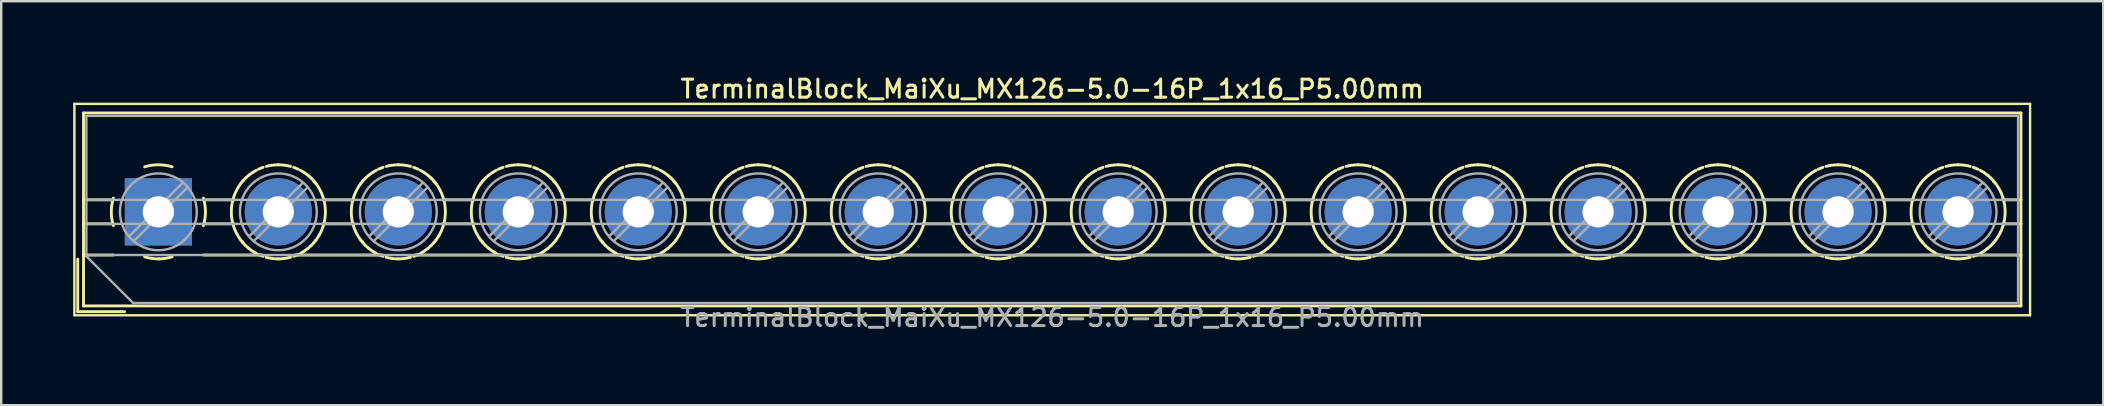
<source format=kicad_pcb>
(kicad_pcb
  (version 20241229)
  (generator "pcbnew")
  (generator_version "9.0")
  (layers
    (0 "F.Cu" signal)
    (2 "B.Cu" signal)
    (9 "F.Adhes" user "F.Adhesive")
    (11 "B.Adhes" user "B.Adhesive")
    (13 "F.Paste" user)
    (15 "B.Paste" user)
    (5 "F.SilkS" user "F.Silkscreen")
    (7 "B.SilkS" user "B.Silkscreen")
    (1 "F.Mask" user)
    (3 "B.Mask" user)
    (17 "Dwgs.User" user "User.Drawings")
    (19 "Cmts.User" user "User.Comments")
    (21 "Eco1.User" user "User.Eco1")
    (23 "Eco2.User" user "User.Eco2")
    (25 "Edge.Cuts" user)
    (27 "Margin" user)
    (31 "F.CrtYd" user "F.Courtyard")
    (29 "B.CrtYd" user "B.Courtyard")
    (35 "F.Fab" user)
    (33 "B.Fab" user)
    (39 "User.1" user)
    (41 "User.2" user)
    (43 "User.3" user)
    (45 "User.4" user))
  (footprint "TerminalBlock_MaiXu_MX126-5.0-16P_1x16_P5.00mm"
    (layer "F.Cu")
    (at 3.55 5.778)
    (property "Reference" "TerminalBlock_MaiXu_MX126-5.0-16P_1x16_P5.00mm" (at 37.25 -5.12 0) (layer "F.SilkS") (effects (font (size 0.75 0.75) (thickness 0.125))))
    (attr through_hole)
    (fp_line (start -3.5 -4.5) (end -3.5 4.31) (stroke (width 0.1) (type solid)) (layer "F.SilkS"))
    (fp_line (start -3.5 4.31) (end 78 4.31) (stroke (width 0.1) (type solid)) (layer "F.SilkS"))
    (fp_line (start -3.36 1.97) (end -3.36 4.16) (stroke (width 0.12) (type solid)) (layer "F.SilkS"))
    (fp_line (start -3.36 4.16) (end -1.41 4.16) (stroke (width 0.12) (type solid)) (layer "F.SilkS"))
    (fp_line (start -3.12 -4.12) (end -3.12 3.92) (stroke (width 0.12) (type solid)) (layer "F.SilkS"))
    (fp_line (start -3.12 -4.12) (end 77.62 -4.12) (stroke (width 0.12) (type solid)) (layer "F.SilkS"))
    (fp_line (start -3.12 -0.5) (end -1.88 -0.5) (stroke (width 0.12) (type solid)) (layer "F.SilkS"))
    (fp_line (start -3.12 0.5) (end -1.88 0.5) (stroke (width 0.12) (type solid)) (layer "F.SilkS"))
    (fp_line (start -3.12 1.8) (end -1.88 1.8) (stroke (width 0.12) (type solid)) (layer "F.SilkS"))
    (fp_line (start -3.12 3.92) (end 77.62 3.92) (stroke (width 0.12) (type solid)) (layer "F.SilkS"))
    (fp_line (start 1.88 -0.5) (end 3.165 -0.5) (stroke (width 0.12) (type solid)) (layer "F.SilkS"))
    (fp_line (start 1.88 0.5) (end 3.165 0.5) (stroke (width 0.12) (type solid)) (layer "F.SilkS"))
    (fp_line (start 1.88 1.8) (end 4.331 1.8) (stroke (width 0.12) (type solid)) (layer "F.SilkS"))
    (fp_line (start 3.514 1.248) (end 3.514 1.248) (stroke (width 0.12) (type solid)) (layer "F.SilkS"))
    (fp_line (start 5.67 1.8) (end 9.331 1.8) (stroke (width 0.12) (type solid)) (layer "F.SilkS"))
    (fp_line (start 6.487 -1.248) (end 6.487 -1.248) (stroke (width 0.12) (type solid)) (layer "F.SilkS"))
    (fp_line (start 6.836 -0.5) (end 8.165 -0.5) (stroke (width 0.12) (type solid)) (layer "F.SilkS"))
    (fp_line (start 6.836 0.5) (end 8.165 0.5) (stroke (width 0.12) (type solid)) (layer "F.SilkS"))
    (fp_line (start 8.514 1.248) (end 8.514 1.248) (stroke (width 0.12) (type solid)) (layer "F.SilkS"))
    (fp_line (start 10.67 1.8) (end 14.331 1.8) (stroke (width 0.12) (type solid)) (layer "F.SilkS"))
    (fp_line (start 11.487 -1.248) (end 11.487 -1.248) (stroke (width 0.12) (type solid)) (layer "F.SilkS"))
    (fp_line (start 11.836 -0.5) (end 13.165 -0.5) (stroke (width 0.12) (type solid)) (layer "F.SilkS"))
    (fp_line (start 11.836 0.5) (end 13.165 0.5) (stroke (width 0.12) (type solid)) (layer "F.SilkS"))
    (fp_line (start 13.514 1.248) (end 13.514 1.248) (stroke (width 0.12) (type solid)) (layer "F.SilkS"))
    (fp_line (start 15.67 1.8) (end 19.331 1.8) (stroke (width 0.12) (type solid)) (layer "F.SilkS"))
    (fp_line (start 16.487 -1.248) (end 16.487 -1.248) (stroke (width 0.12) (type solid)) (layer "F.SilkS"))
    (fp_line (start 16.836 -0.5) (end 18.165 -0.5) (stroke (width 0.12) (type solid)) (layer "F.SilkS"))
    (fp_line (start 16.836 0.5) (end 18.165 0.5) (stroke (width 0.12) (type solid)) (layer "F.SilkS"))
    (fp_line (start 18.514 1.248) (end 18.514 1.248) (stroke (width 0.12) (type solid)) (layer "F.SilkS"))
    (fp_line (start 20.67 1.8) (end 24.331 1.8) (stroke (width 0.12) (type solid)) (layer "F.SilkS"))
    (fp_line (start 21.487 -1.248) (end 21.487 -1.248) (stroke (width 0.12) (type solid)) (layer "F.SilkS"))
    (fp_line (start 21.836 -0.5) (end 23.165 -0.5) (stroke (width 0.12) (type solid)) (layer "F.SilkS"))
    (fp_line (start 21.836 0.5) (end 23.165 0.5) (stroke (width 0.12) (type solid)) (layer "F.SilkS"))
    (fp_line (start 23.514 1.248) (end 23.514 1.248) (stroke (width 0.12) (type solid)) (layer "F.SilkS"))
    (fp_line (start 25.67 1.8) (end 29.331 1.8) (stroke (width 0.12) (type solid)) (layer "F.SilkS"))
    (fp_line (start 26.487 -1.248) (end 26.487 -1.248) (stroke (width 0.12) (type solid)) (layer "F.SilkS"))
    (fp_line (start 26.836 -0.5) (end 28.165 -0.5) (stroke (width 0.12) (type solid)) (layer "F.SilkS"))
    (fp_line (start 26.836 0.5) (end 28.165 0.5) (stroke (width 0.12) (type solid)) (layer "F.SilkS"))
    (fp_line (start 28.514 1.248) (end 28.514 1.248) (stroke (width 0.12) (type solid)) (layer "F.SilkS"))
    (fp_line (start 30.67 1.8) (end 34.331 1.8) (stroke (width 0.12) (type solid)) (layer "F.SilkS"))
    (fp_line (start 31.487 -1.248) (end 31.487 -1.248) (stroke (width 0.12) (type solid)) (layer "F.SilkS"))
    (fp_line (start 31.836 -0.5) (end 33.165 -0.5) (stroke (width 0.12) (type solid)) (layer "F.SilkS"))
    (fp_line (start 31.836 0.5) (end 33.165 0.5) (stroke (width 0.12) (type solid)) (layer "F.SilkS"))
    (fp_line (start 33.514 1.248) (end 33.514 1.248) (stroke (width 0.12) (type solid)) (layer "F.SilkS"))
    (fp_line (start 35.67 1.8) (end 39.331 1.8) (stroke (width 0.12) (type solid)) (layer "F.SilkS"))
    (fp_line (start 36.487 -1.248) (end 36.487 -1.248) (stroke (width 0.12) (type solid)) (layer "F.SilkS"))
    (fp_line (start 36.836 -0.5) (end 38.165 -0.5) (stroke (width 0.12) (type solid)) (layer "F.SilkS"))
    (fp_line (start 36.836 0.5) (end 38.165 0.5) (stroke (width 0.12) (type solid)) (layer "F.SilkS"))
    (fp_line (start 38.514 1.248) (end 38.514 1.248) (stroke (width 0.12) (type solid)) (layer "F.SilkS"))
    (fp_line (start 40.67 1.8) (end 44.331 1.8) (stroke (width 0.12) (type solid)) (layer "F.SilkS"))
    (fp_line (start 41.487 -1.248) (end 41.487 -1.248) (stroke (width 0.12) (type solid)) (layer "F.SilkS"))
    (fp_line (start 41.836 -0.5) (end 43.165 -0.5) (stroke (width 0.12) (type solid)) (layer "F.SilkS"))
    (fp_line (start 41.836 0.5) (end 43.165 0.5) (stroke (width 0.12) (type solid)) (layer "F.SilkS"))
    (fp_line (start 43.514 1.248) (end 43.514 1.248) (stroke (width 0.12) (type solid)) (layer "F.SilkS"))
    (fp_line (start 45.67 1.8) (end 49.331 1.8) (stroke (width 0.12) (type solid)) (layer "F.SilkS"))
    (fp_line (start 46.487 -1.248) (end 46.487 -1.248) (stroke (width 0.12) (type solid)) (layer "F.SilkS"))
    (fp_line (start 46.836 -0.5) (end 48.165 -0.5) (stroke (width 0.12) (type solid)) (layer "F.SilkS"))
    (fp_line (start 46.836 0.5) (end 48.165 0.5) (stroke (width 0.12) (type solid)) (layer "F.SilkS"))
    (fp_line (start 48.514 1.248) (end 48.514 1.248) (stroke (width 0.12) (type solid)) (layer "F.SilkS"))
    (fp_line (start 50.67 1.8) (end 54.331 1.8) (stroke (width 0.12) (type solid)) (layer "F.SilkS"))
    (fp_line (start 51.487 -1.248) (end 51.487 -1.248) (stroke (width 0.12) (type solid)) (layer "F.SilkS"))
    (fp_line (start 51.836 -0.5) (end 53.165 -0.5) (stroke (width 0.12) (type solid)) (layer "F.SilkS"))
    (fp_line (start 51.836 0.5) (end 53.165 0.5) (stroke (width 0.12) (type solid)) (layer "F.SilkS"))
    (fp_line (start 53.514 1.248) (end 53.514 1.248) (stroke (width 0.12) (type solid)) (layer "F.SilkS"))
    (fp_line (start 55.67 1.8) (end 59.331 1.8) (stroke (width 0.12) (type solid)) (layer "F.SilkS"))
    (fp_line (start 56.487 -1.248) (end 56.487 -1.248) (stroke (width 0.12) (type solid)) (layer "F.SilkS"))
    (fp_line (start 56.836 -0.5) (end 58.165 -0.5) (stroke (width 0.12) (type solid)) (layer "F.SilkS"))
    (fp_line (start 56.836 0.5) (end 58.165 0.5) (stroke (width 0.12) (type solid)) (layer "F.SilkS"))
    (fp_line (start 58.514 1.248) (end 58.514 1.248) (stroke (width 0.12) (type solid)) (layer "F.SilkS"))
    (fp_line (start 60.67 1.8) (end 64.331 1.8) (stroke (width 0.12) (type solid)) (layer "F.SilkS"))
    (fp_line (start 61.487 -1.248) (end 61.487 -1.248) (stroke (width 0.12) (type solid)) (layer "F.SilkS"))
    (fp_line (start 61.836 -0.5) (end 63.165 -0.5) (stroke (width 0.12) (type solid)) (layer "F.SilkS"))
    (fp_line (start 61.836 0.5) (end 63.165 0.5) (stroke (width 0.12) (type solid)) (layer "F.SilkS"))
    (fp_line (start 63.514 1.248) (end 63.514 1.248) (stroke (width 0.12) (type solid)) (layer "F.SilkS"))
    (fp_line (start 65.67 1.8) (end 69.331 1.8) (stroke (width 0.12) (type solid)) (layer "F.SilkS"))
    (fp_line (start 66.487 -1.248) (end 66.487 -1.248) (stroke (width 0.12) (type solid)) (layer "F.SilkS"))
    (fp_line (start 66.836 -0.5) (end 68.165 -0.5) (stroke (width 0.12) (type solid)) (layer "F.SilkS"))
    (fp_line (start 66.836 0.5) (end 68.165 0.5) (stroke (width 0.12) (type solid)) (layer "F.SilkS"))
    (fp_line (start 68.514 1.248) (end 68.514 1.248) (stroke (width 0.12) (type solid)) (layer "F.SilkS"))
    (fp_line (start 70.67 1.8) (end 74.331 1.8) (stroke (width 0.12) (type solid)) (layer "F.SilkS"))
    (fp_line (start 71.487 -1.248) (end 71.487 -1.248) (stroke (width 0.12) (type solid)) (layer "F.SilkS"))
    (fp_line (start 71.836 -0.5) (end 73.165 -0.5) (stroke (width 0.12) (type solid)) (layer "F.SilkS"))
    (fp_line (start 71.836 0.5) (end 73.165 0.5) (stroke (width 0.12) (type solid)) (layer "F.SilkS"))
    (fp_line (start 73.514 1.248) (end 73.514 1.248) (stroke (width 0.12) (type solid)) (layer "F.SilkS"))
    (fp_line (start 75.67 1.8) (end 77.62 1.8) (stroke (width 0.12) (type solid)) (layer "F.SilkS"))
    (fp_line (start 76.487 -1.248) (end 76.487 -1.248) (stroke (width 0.12) (type solid)) (layer "F.SilkS"))
    (fp_line (start 76.836 -0.5) (end 77.62 -0.5) (stroke (width 0.12) (type solid)) (layer "F.SilkS"))
    (fp_line (start 76.836 0.5) (end 77.62 0.5) (stroke (width 0.12) (type solid)) (layer "F.SilkS"))
    (fp_line (start 77.62 -4.12) (end 77.62 3.92) (stroke (width 0.12) (type solid)) (layer "F.SilkS"))
    (fp_line (start 78 -4.5) (end -3.5 -4.5) (stroke (width 0.1) (type solid)) (layer "F.SilkS"))
    (fp_line (start 78 4.31) (end 78 -4.5) (stroke (width 0.1) (type solid)) (layer "F.SilkS"))
    (fp_arc (start -1.875422 0.572619) (mid -1.960893 -0.000722) (end -1.875 -0.574) (stroke (width 0.12) (type solid)) (layer "F.SilkS"))
    (fp_arc (start -0.572619 -1.875422) (mid 0.000722 -1.960893) (end 0.574 -1.875) (stroke (width 0.12) (type solid)) (layer "F.SilkS"))
    (fp_arc (start 0.0335 1.960607) (mid -0.273618 1.941709) (end -0.574 1.875) (stroke (width 0.12) (type solid)) (layer "F.SilkS"))
    (fp_arc (start 0.573049 1.874357) (mid 0.289706 1.938471) (end 0 1.96) (stroke (width 0.12) (type solid)) (layer "F.SilkS"))
    (fp_arc (start 1.875422 -0.572619) (mid 1.960893 0.000722) (end 1.875 0.574) (stroke (width 0.12) (type solid)) (layer "F.SilkS"))
    (fp_arc (start 3.434339 1.179122) (mid 3.039994 -0.000549) (end 3.435 -1.18) (stroke (width 0.12) (type solid)) (layer "F.SilkS"))
    (fp_arc (start 3.434826 -1.180695) (mid 3.476985 -1.2346) (end 3.521 -1.287) (stroke (width 0.12) (type solid)) (layer "F.SilkS"))
    (fp_arc (start 3.521125 1.286294) (mid 3.477135 1.233899) (end 3.435 1.18) (stroke (width 0.12) (type solid)) (layer "F.SilkS"))
    (fp_arc (start 3.521202 -1.287012) (mid 3.578748 -1.350291) (end 3.639 -1.411) (stroke (width 0.12) (type solid)) (layer "F.SilkS"))
    (fp_arc (start 3.63871 1.41001) (mid 3.578502 1.349289) (end 3.521 1.286) (stroke (width 0.12) (type solid)) (layer "F.SilkS"))
    (fp_arc (start 3.638867 -1.410738) (mid 3.701698 -1.468767) (end 3.767 -1.524) (stroke (width 0.12) (type solid)) (layer "F.SilkS"))
    (fp_arc (start 3.767069 1.523253) (mid 3.701799 1.468024) (end 3.639 1.41) (stroke (width 0.12) (type solid)) (layer "F.SilkS"))
    (fp_arc (start 3.767452 -1.524377) (mid 3.835117 -1.576689) (end 3.905 -1.626) (stroke (width 0.12) (type solid)) (layer "F.SilkS"))
    (fp_arc (start 3.904517 1.625664) (mid 3.834649 1.576332) (end 3.767 1.524) (stroke (width 0.12) (type solid)) (layer "F.SilkS"))
    (fp_arc (start 3.93363 -1.644317) (mid 4.00637 -1.689266) (end 4.081 -1.731) (stroke (width 0.12) (type solid)) (layer "F.SilkS"))
    (fp_arc (start 4.080344 1.730739) (mid 4.005726 1.688977) (end 3.933 1.644) (stroke (width 0.12) (type solid)) (layer "F.SilkS"))
    (fp_arc (start 4.172694 -1.777259) (mid 4.266842 -1.818121) (end 4.363 -1.854) (stroke (width 0.12) (type solid)) (layer "F.SilkS"))
    (fp_arc (start 4.362283 1.853815) (mid 4.266136 1.817899) (end 4.172 1.777) (stroke (width 0.12) (type solid)) (layer "F.SilkS"))
    (fp_arc (start 4.493681 -1.893473) (mid 4.74516 -1.943362) (end 5.001 -1.96) (stroke (width 0.12) (type solid)) (layer "F.SilkS"))
    (fp_arc (start 5.000479 1.960685) (mid 4.744554 1.943973) (end 4.493 1.894) (stroke (width 0.12) (type solid)) (layer "F.SilkS"))
    (fp_arc (start 5.000487 -1.960944) (mid 5.256437 -1.944104) (end 5.508 -1.894) (stroke (width 0.12) (type solid)) (layer "F.SilkS"))
    (fp_arc (start 5.507285 1.893215) (mid 5.255831 1.943232) (end 5 1.96) (stroke (width 0.12) (type solid)) (layer "F.SilkS"))
    (fp_arc (start 5.638712 -1.85392) (mid 5.734863 -1.817951) (end 5.829 -1.777) (stroke (width 0.12) (type solid)) (layer "F.SilkS"))
    (fp_arc (start 5.829295 1.77705) (mid 5.735155 1.818016) (end 5.639 1.854) (stroke (width 0.12) (type solid)) (layer "F.SilkS"))
    (fp_arc (start 5.920652 -1.730826) (mid 5.995273 -1.689021) (end 6.068 -1.644) (stroke (width 0.12) (type solid)) (layer "F.SilkS"))
    (fp_arc (start 6.068362 1.644143) (mid 5.995629 1.689179) (end 5.921 1.731) (stroke (width 0.12) (type solid)) (layer "F.SilkS"))
    (fp_arc (start 6.096479 -1.625751) (mid 6.16635 -1.576376) (end 6.234 -1.524) (stroke (width 0.12) (type solid)) (layer "F.SilkS"))
    (fp_arc (start 6.233457 1.523294) (mid 6.165838 1.575647) (end 6.096 1.625) (stroke (width 0.12) (type solid)) (layer "F.SilkS"))
    (fp_arc (start 6.233928 -1.523341) (mid 6.2992 -1.468068) (end 6.362 -1.41) (stroke (width 0.12) (type solid)) (layer "F.SilkS"))
    (fp_arc (start 6.36213 1.410651) (mid 6.299301 1.468723) (end 6.234 1.524) (stroke (width 0.12) (type solid)) (layer "F.SilkS"))
    (fp_arc (start 6.362286 -1.410097) (mid 6.422497 -1.349333) (end 6.48 -1.286) (stroke (width 0.12) (type solid)) (layer "F.SilkS"))
    (fp_arc (start 6.479707 1.285928) (mid 6.422207 1.349248) (end 6.362 1.41) (stroke (width 0.12) (type solid)) (layer "F.SilkS"))
    (fp_arc (start 6.479873 -1.286364) (mid 6.523865 -1.233934) (end 6.566 -1.18) (stroke (width 0.12) (type solid)) (layer "F.SilkS"))
    (fp_arc (start 6.565937 -1.180084) (mid 6.960805 -0.000052) (end 6.566 1.18) (stroke (width 0.12) (type solid)) (layer "F.SilkS"))
    (fp_arc (start 6.566102 1.179628) (mid 6.523979 1.233565) (end 6.48 1.286) (stroke (width 0.12) (type solid)) (layer "F.SilkS"))
    (fp_arc (start 8.434339 1.179122) (mid 8.039994 -0.000549) (end 8.435 -1.18) (stroke (width 0.12) (type solid)) (layer "F.SilkS"))
    (fp_arc (start 8.434826 -1.180695) (mid 8.476985 -1.2346) (end 8.521 -1.287) (stroke (width 0.12) (type solid)) (layer "F.SilkS"))
    (fp_arc (start 8.521125 1.286294) (mid 8.477135 1.233899) (end 8.435 1.18) (stroke (width 0.12) (type solid)) (layer "F.SilkS"))
    (fp_arc (start 8.521202 -1.287012) (mid 8.578748 -1.350291) (end 8.639 -1.411) (stroke (width 0.12) (type solid)) (layer "F.SilkS"))
    (fp_arc (start 8.63871 1.41001) (mid 8.578502 1.349289) (end 8.521 1.286) (stroke (width 0.12) (type solid)) (layer "F.SilkS"))
    (fp_arc (start 8.638867 -1.410738) (mid 8.701698 -1.468767) (end 8.767 -1.524) (stroke (width 0.12) (type solid)) (layer "F.SilkS"))
    (fp_arc (start 8.767069 1.523253) (mid 8.701799 1.468024) (end 8.639 1.41) (stroke (width 0.12) (type solid)) (layer "F.SilkS"))
    (fp_arc (start 8.767452 -1.524377) (mid 8.835117 -1.576689) (end 8.905 -1.626) (stroke (width 0.12) (type solid)) (layer "F.SilkS"))
    (fp_arc (start 8.904517 1.625664) (mid 8.834649 1.576332) (end 8.767 1.524) (stroke (width 0.12) (type solid)) (layer "F.SilkS"))
    (fp_arc (start 8.93363 -1.644317) (mid 9.00637 -1.689266) (end 9.081 -1.731) (stroke (width 0.12) (type solid)) (layer "F.SilkS"))
    (fp_arc (start 9.080344 1.730739) (mid 9.005726 1.688977) (end 8.933 1.644) (stroke (width 0.12) (type solid)) (layer "F.SilkS"))
    (fp_arc (start 9.172694 -1.777259) (mid 9.266842 -1.818121) (end 9.363 -1.854) (stroke (width 0.12) (type solid)) (layer "F.SilkS"))
    (fp_arc (start 9.362283 1.853815) (mid 9.266136 1.817899) (end 9.172 1.777) (stroke (width 0.12) (type solid)) (layer "F.SilkS"))
    (fp_arc (start 9.493681 -1.893473) (mid 9.74516 -1.943362) (end 10.001 -1.96) (stroke (width 0.12) (type solid)) (layer "F.SilkS"))
    (fp_arc (start 10.000479 1.960685) (mid 9.744554 1.943973) (end 9.493 1.894) (stroke (width 0.12) (type solid)) (layer "F.SilkS"))
    (fp_arc (start 10.000487 -1.960944) (mid 10.256437 -1.944104) (end 10.508 -1.894) (stroke (width 0.12) (type solid)) (layer "F.SilkS"))
    (fp_arc (start 10.507285 1.893215) (mid 10.255831 1.943232) (end 10 1.96) (stroke (width 0.12) (type solid)) (layer "F.SilkS"))
    (fp_arc (start 10.638712 -1.85392) (mid 10.734863 -1.817951) (end 10.829 -1.777) (stroke (width 0.12) (type solid)) (layer "F.SilkS"))
    (fp_arc (start 10.829295 1.77705) (mid 10.735155 1.818016) (end 10.639 1.854) (stroke (width 0.12) (type solid)) (layer "F.SilkS"))
    (fp_arc (start 10.920652 -1.730826) (mid 10.995273 -1.689021) (end 11.068 -1.644) (stroke (width 0.12) (type solid)) (layer "F.SilkS"))
    (fp_arc (start 11.068362 1.644143) (mid 10.995629 1.689179) (end 10.921 1.731) (stroke (width 0.12) (type solid)) (layer "F.SilkS"))
    (fp_arc (start 11.096479 -1.625751) (mid 11.16635 -1.576376) (end 11.234 -1.524) (stroke (width 0.12) (type solid)) (layer "F.SilkS"))
    (fp_arc (start 11.233457 1.523294) (mid 11.165838 1.575647) (end 11.096 1.625) (stroke (width 0.12) (type solid)) (layer "F.SilkS"))
    (fp_arc (start 11.233928 -1.523341) (mid 11.2992 -1.468068) (end 11.362 -1.41) (stroke (width 0.12) (type solid)) (layer "F.SilkS"))
    (fp_arc (start 11.36213 1.410651) (mid 11.299301 1.468723) (end 11.234 1.524) (stroke (width 0.12) (type solid)) (layer "F.SilkS"))
    (fp_arc (start 11.362286 -1.410097) (mid 11.422497 -1.349333) (end 11.48 -1.286) (stroke (width 0.12) (type solid)) (layer "F.SilkS"))
    (fp_arc (start 11.479707 1.285928) (mid 11.422207 1.349248) (end 11.362 1.41) (stroke (width 0.12) (type solid)) (layer "F.SilkS"))
    (fp_arc (start 11.479873 -1.286364) (mid 11.523865 -1.233934) (end 11.566 -1.18) (stroke (width 0.12) (type solid)) (layer "F.SilkS"))
    (fp_arc (start 11.565937 -1.180084) (mid 11.960805 -0.000052) (end 11.566 1.18) (stroke (width 0.12) (type solid)) (layer "F.SilkS"))
    (fp_arc (start 11.566102 1.179628) (mid 11.523979 1.233565) (end 11.48 1.286) (stroke (width 0.12) (type solid)) (layer "F.SilkS"))
    (fp_arc (start 13.434339 1.179122) (mid 13.039994 -0.000549) (end 13.435 -1.18) (stroke (width 0.12) (type solid)) (layer "F.SilkS"))
    (fp_arc (start 13.434826 -1.180695) (mid 13.476985 -1.2346) (end 13.521 -1.287) (stroke (width 0.12) (type solid)) (layer "F.SilkS"))
    (fp_arc (start 13.521125 1.286294) (mid 13.477135 1.233899) (end 13.435 1.18) (stroke (width 0.12) (type solid)) (layer "F.SilkS"))
    (fp_arc (start 13.521202 -1.287012) (mid 13.578748 -1.350291) (end 13.639 -1.411) (stroke (width 0.12) (type solid)) (layer "F.SilkS"))
    (fp_arc (start 13.63871 1.41001) (mid 13.578502 1.349289) (end 13.521 1.286) (stroke (width 0.12) (type solid)) (layer "F.SilkS"))
    (fp_arc (start 13.638867 -1.410738) (mid 13.701698 -1.468767) (end 13.767 -1.524) (stroke (width 0.12) (type solid)) (layer "F.SilkS"))
    (fp_arc (start 13.767069 1.523253) (mid 13.701799 1.468024) (end 13.639 1.41) (stroke (width 0.12) (type solid)) (layer "F.SilkS"))
    (fp_arc (start 13.767452 -1.524377) (mid 13.835117 -1.576689) (end 13.905 -1.626) (stroke (width 0.12) (type solid)) (layer "F.SilkS"))
    (fp_arc (start 13.904517 1.625664) (mid 13.834649 1.576332) (end 13.767 1.524) (stroke (width 0.12) (type solid)) (layer "F.SilkS"))
    (fp_arc (start 13.93363 -1.644317) (mid 14.00637 -1.689266) (end 14.081 -1.731) (stroke (width 0.12) (type solid)) (layer "F.SilkS"))
    (fp_arc (start 14.080344 1.730739) (mid 14.005726 1.688977) (end 13.933 1.644) (stroke (width 0.12) (type solid)) (layer "F.SilkS"))
    (fp_arc (start 14.172694 -1.777259) (mid 14.266842 -1.818121) (end 14.363 -1.854) (stroke (width 0.12) (type solid)) (layer "F.SilkS"))
    (fp_arc (start 14.362283 1.853815) (mid 14.266136 1.817899) (end 14.172 1.777) (stroke (width 0.12) (type solid)) (layer "F.SilkS"))
    (fp_arc (start 14.493681 -1.893473) (mid 14.74516 -1.943362) (end 15.001 -1.96) (stroke (width 0.12) (type solid)) (layer "F.SilkS"))
    (fp_arc (start 15.000479 1.960685) (mid 14.744554 1.943973) (end 14.493 1.894) (stroke (width 0.12) (type solid)) (layer "F.SilkS"))
    (fp_arc (start 15.000487 -1.960944) (mid 15.256437 -1.944104) (end 15.508 -1.894) (stroke (width 0.12) (type solid)) (layer "F.SilkS"))
    (fp_arc (start 15.507285 1.893215) (mid 15.255831 1.943232) (end 15 1.96) (stroke (width 0.12) (type solid)) (layer "F.SilkS"))
    (fp_arc (start 15.638712 -1.85392) (mid 15.734863 -1.817951) (end 15.829 -1.777) (stroke (width 0.12) (type solid)) (layer "F.SilkS"))
    (fp_arc (start 15.829295 1.77705) (mid 15.735155 1.818016) (end 15.639 1.854) (stroke (width 0.12) (type solid)) (layer "F.SilkS"))
    (fp_arc (start 15.920652 -1.730826) (mid 15.995273 -1.689021) (end 16.068 -1.644) (stroke (width 0.12) (type solid)) (layer "F.SilkS"))
    (fp_arc (start 16.068362 1.644143) (mid 15.995629 1.689179) (end 15.921 1.731) (stroke (width 0.12) (type solid)) (layer "F.SilkS"))
    (fp_arc (start 16.096479 -1.625751) (mid 16.16635 -1.576376) (end 16.234 -1.524) (stroke (width 0.12) (type solid)) (layer "F.SilkS"))
    (fp_arc (start 16.233457 1.523294) (mid 16.165838 1.575647) (end 16.096 1.625) (stroke (width 0.12) (type solid)) (layer "F.SilkS"))
    (fp_arc (start 16.233928 -1.523341) (mid 16.2992 -1.468068) (end 16.362 -1.41) (stroke (width 0.12) (type solid)) (layer "F.SilkS"))
    (fp_arc (start 16.36213 1.410651) (mid 16.299301 1.468723) (end 16.234 1.524) (stroke (width 0.12) (type solid)) (layer "F.SilkS"))
    (fp_arc (start 16.362286 -1.410097) (mid 16.422497 -1.349333) (end 16.48 -1.286) (stroke (width 0.12) (type solid)) (layer "F.SilkS"))
    (fp_arc (start 16.479707 1.285928) (mid 16.422207 1.349248) (end 16.362 1.41) (stroke (width 0.12) (type solid)) (layer "F.SilkS"))
    (fp_arc (start 16.479873 -1.286364) (mid 16.523865 -1.233934) (end 16.566 -1.18) (stroke (width 0.12) (type solid)) (layer "F.SilkS"))
    (fp_arc (start 16.565937 -1.180084) (mid 16.960805 -0.000052) (end 16.566 1.18) (stroke (width 0.12) (type solid)) (layer "F.SilkS"))
    (fp_arc (start 16.566102 1.179628) (mid 16.523979 1.233565) (end 16.48 1.286) (stroke (width 0.12) (type solid)) (layer "F.SilkS"))
    (fp_arc (start 18.434339 1.179122) (mid 18.039994 -0.000549) (end 18.435 -1.18) (stroke (width 0.12) (type solid)) (layer "F.SilkS"))
    (fp_arc (start 18.434826 -1.180695) (mid 18.476985 -1.2346) (end 18.521 -1.287) (stroke (width 0.12) (type solid)) (layer "F.SilkS"))
    (fp_arc (start 18.521125 1.286294) (mid 18.477135 1.233899) (end 18.435 1.18) (stroke (width 0.12) (type solid)) (layer "F.SilkS"))
    (fp_arc (start 18.521202 -1.287012) (mid 18.578748 -1.350291) (end 18.639 -1.411) (stroke (width 0.12) (type solid)) (layer "F.SilkS"))
    (fp_arc (start 18.63871 1.41001) (mid 18.578502 1.349289) (end 18.521 1.286) (stroke (width 0.12) (type solid)) (layer "F.SilkS"))
    (fp_arc (start 18.638867 -1.410738) (mid 18.701698 -1.468767) (end 18.767 -1.524) (stroke (width 0.12) (type solid)) (layer "F.SilkS"))
    (fp_arc (start 18.767069 1.523253) (mid 18.701799 1.468024) (end 18.639 1.41) (stroke (width 0.12) (type solid)) (layer "F.SilkS"))
    (fp_arc (start 18.767452 -1.524377) (mid 18.835117 -1.576689) (end 18.905 -1.626) (stroke (width 0.12) (type solid)) (layer "F.SilkS"))
    (fp_arc (start 18.904517 1.625664) (mid 18.834649 1.576332) (end 18.767 1.524) (stroke (width 0.12) (type solid)) (layer "F.SilkS"))
    (fp_arc (start 18.93363 -1.644317) (mid 19.00637 -1.689266) (end 19.081 -1.731) (stroke (width 0.12) (type solid)) (layer "F.SilkS"))
    (fp_arc (start 19.080344 1.730739) (mid 19.005726 1.688977) (end 18.933 1.644) (stroke (width 0.12) (type solid)) (layer "F.SilkS"))
    (fp_arc (start 19.172694 -1.777259) (mid 19.266842 -1.818121) (end 19.363 -1.854) (stroke (width 0.12) (type solid)) (layer "F.SilkS"))
    (fp_arc (start 19.362283 1.853815) (mid 19.266136 1.817899) (end 19.172 1.777) (stroke (width 0.12) (type solid)) (layer "F.SilkS"))
    (fp_arc (start 19.493681 -1.893473) (mid 19.74516 -1.943362) (end 20.001 -1.96) (stroke (width 0.12) (type solid)) (layer "F.SilkS"))
    (fp_arc (start 20.000479 1.960685) (mid 19.744554 1.943973) (end 19.493 1.894) (stroke (width 0.12) (type solid)) (layer "F.SilkS"))
    (fp_arc (start 20.000487 -1.960944) (mid 20.256437 -1.944104) (end 20.508 -1.894) (stroke (width 0.12) (type solid)) (layer "F.SilkS"))
    (fp_arc (start 20.507285 1.893215) (mid 20.255831 1.943232) (end 20 1.96) (stroke (width 0.12) (type solid)) (layer "F.SilkS"))
    (fp_arc (start 20.638712 -1.85392) (mid 20.734863 -1.817951) (end 20.829 -1.777) (stroke (width 0.12) (type solid)) (layer "F.SilkS"))
    (fp_arc (start 20.829295 1.77705) (mid 20.735155 1.818016) (end 20.639 1.854) (stroke (width 0.12) (type solid)) (layer "F.SilkS"))
    (fp_arc (start 20.920652 -1.730826) (mid 20.995273 -1.689021) (end 21.068 -1.644) (stroke (width 0.12) (type solid)) (layer "F.SilkS"))
    (fp_arc (start 21.068362 1.644143) (mid 20.995629 1.689179) (end 20.921 1.731) (stroke (width 0.12) (type solid)) (layer "F.SilkS"))
    (fp_arc (start 21.096479 -1.625751) (mid 21.16635 -1.576376) (end 21.234 -1.524) (stroke (width 0.12) (type solid)) (layer "F.SilkS"))
    (fp_arc (start 21.233457 1.523294) (mid 21.165838 1.575647) (end 21.096 1.625) (stroke (width 0.12) (type solid)) (layer "F.SilkS"))
    (fp_arc (start 21.233928 -1.523341) (mid 21.2992 -1.468068) (end 21.362 -1.41) (stroke (width 0.12) (type solid)) (layer "F.SilkS"))
    (fp_arc (start 21.36213 1.410651) (mid 21.299301 1.468723) (end 21.234 1.524) (stroke (width 0.12) (type solid)) (layer "F.SilkS"))
    (fp_arc (start 21.362286 -1.410097) (mid 21.422497 -1.349333) (end 21.48 -1.286) (stroke (width 0.12) (type solid)) (layer "F.SilkS"))
    (fp_arc (start 21.479707 1.285928) (mid 21.422207 1.349248) (end 21.362 1.41) (stroke (width 0.12) (type solid)) (layer "F.SilkS"))
    (fp_arc (start 21.479873 -1.286364) (mid 21.523865 -1.233934) (end 21.566 -1.18) (stroke (width 0.12) (type solid)) (layer "F.SilkS"))
    (fp_arc (start 21.565937 -1.180084) (mid 21.960805 -0.000052) (end 21.566 1.18) (stroke (width 0.12) (type solid)) (layer "F.SilkS"))
    (fp_arc (start 21.566102 1.179628) (mid 21.523979 1.233565) (end 21.48 1.286) (stroke (width 0.12) (type solid)) (layer "F.SilkS"))
    (fp_arc (start 23.434339 1.179122) (mid 23.039994 -0.000549) (end 23.435 -1.18) (stroke (width 0.12) (type solid)) (layer "F.SilkS"))
    (fp_arc (start 23.434826 -1.180695) (mid 23.476985 -1.2346) (end 23.521 -1.287) (stroke (width 0.12) (type solid)) (layer "F.SilkS"))
    (fp_arc (start 23.521125 1.286294) (mid 23.477135 1.233899) (end 23.435 1.18) (stroke (width 0.12) (type solid)) (layer "F.SilkS"))
    (fp_arc (start 23.521202 -1.287012) (mid 23.578748 -1.350291) (end 23.639 -1.411) (stroke (width 0.12) (type solid)) (layer "F.SilkS"))
    (fp_arc (start 23.63871 1.41001) (mid 23.578502 1.349289) (end 23.521 1.286) (stroke (width 0.12) (type solid)) (layer "F.SilkS"))
    (fp_arc (start 23.638867 -1.410738) (mid 23.701698 -1.468767) (end 23.767 -1.524) (stroke (width 0.12) (type solid)) (layer "F.SilkS"))
    (fp_arc (start 23.767069 1.523253) (mid 23.701799 1.468024) (end 23.639 1.41) (stroke (width 0.12) (type solid)) (layer "F.SilkS"))
    (fp_arc (start 23.767452 -1.524377) (mid 23.835117 -1.576689) (end 23.905 -1.626) (stroke (width 0.12) (type solid)) (layer "F.SilkS"))
    (fp_arc (start 23.904517 1.625664) (mid 23.834649 1.576332) (end 23.767 1.524) (stroke (width 0.12) (type solid)) (layer "F.SilkS"))
    (fp_arc (start 23.93363 -1.644317) (mid 24.00637 -1.689266) (end 24.081 -1.731) (stroke (width 0.12) (type solid)) (layer "F.SilkS"))
    (fp_arc (start 24.080344 1.730739) (mid 24.005726 1.688977) (end 23.933 1.644) (stroke (width 0.12) (type solid)) (layer "F.SilkS"))
    (fp_arc (start 24.172694 -1.777259) (mid 24.266842 -1.818121) (end 24.363 -1.854) (stroke (width 0.12) (type solid)) (layer "F.SilkS"))
    (fp_arc (start 24.362283 1.853815) (mid 24.266136 1.817899) (end 24.172 1.777) (stroke (width 0.12) (type solid)) (layer "F.SilkS"))
    (fp_arc (start 24.493681 -1.893473) (mid 24.74516 -1.943362) (end 25.001 -1.96) (stroke (width 0.12) (type solid)) (layer "F.SilkS"))
    (fp_arc (start 25.000479 1.960685) (mid 24.744554 1.943973) (end 24.493 1.894) (stroke (width 0.12) (type solid)) (layer "F.SilkS"))
    (fp_arc (start 25.000487 -1.960944) (mid 25.256437 -1.944104) (end 25.508 -1.894) (stroke (width 0.12) (type solid)) (layer "F.SilkS"))
    (fp_arc (start 25.507285 1.893215) (mid 25.255831 1.943232) (end 25 1.96) (stroke (width 0.12) (type solid)) (layer "F.SilkS"))
    (fp_arc (start 25.638712 -1.85392) (mid 25.734863 -1.817951) (end 25.829 -1.777) (stroke (width 0.12) (type solid)) (layer "F.SilkS"))
    (fp_arc (start 25.829295 1.77705) (mid 25.735155 1.818016) (end 25.639 1.854) (stroke (width 0.12) (type solid)) (layer "F.SilkS"))
    (fp_arc (start 25.920652 -1.730826) (mid 25.995273 -1.689021) (end 26.068 -1.644) (stroke (width 0.12) (type solid)) (layer "F.SilkS"))
    (fp_arc (start 26.068362 1.644143) (mid 25.995629 1.689179) (end 25.921 1.731) (stroke (width 0.12) (type solid)) (layer "F.SilkS"))
    (fp_arc (start 26.096479 -1.625751) (mid 26.16635 -1.576376) (end 26.234 -1.524) (stroke (width 0.12) (type solid)) (layer "F.SilkS"))
    (fp_arc (start 26.233457 1.523294) (mid 26.165838 1.575647) (end 26.096 1.625) (stroke (width 0.12) (type solid)) (layer "F.SilkS"))
    (fp_arc (start 26.233928 -1.523341) (mid 26.2992 -1.468068) (end 26.362 -1.41) (stroke (width 0.12) (type solid)) (layer "F.SilkS"))
    (fp_arc (start 26.36213 1.410651) (mid 26.299301 1.468723) (end 26.234 1.524) (stroke (width 0.12) (type solid)) (layer "F.SilkS"))
    (fp_arc (start 26.362286 -1.410097) (mid 26.422497 -1.349333) (end 26.48 -1.286) (stroke (width 0.12) (type solid)) (layer "F.SilkS"))
    (fp_arc (start 26.479707 1.285928) (mid 26.422207 1.349248) (end 26.362 1.41) (stroke (width 0.12) (type solid)) (layer "F.SilkS"))
    (fp_arc (start 26.479873 -1.286364) (mid 26.523865 -1.233934) (end 26.566 -1.18) (stroke (width 0.12) (type solid)) (layer "F.SilkS"))
    (fp_arc (start 26.565937 -1.180084) (mid 26.960805 -0.000052) (end 26.566 1.18) (stroke (width 0.12) (type solid)) (layer "F.SilkS"))
    (fp_arc (start 26.566102 1.179628) (mid 26.523979 1.233565) (end 26.48 1.286) (stroke (width 0.12) (type solid)) (layer "F.SilkS"))
    (fp_arc (start 28.434339 1.179122) (mid 28.039994 -0.000549) (end 28.435 -1.18) (stroke (width 0.12) (type solid)) (layer "F.SilkS"))
    (fp_arc (start 28.434826 -1.180695) (mid 28.476985 -1.2346) (end 28.521 -1.287) (stroke (width 0.12) (type solid)) (layer "F.SilkS"))
    (fp_arc (start 28.521125 1.286294) (mid 28.477135 1.233899) (end 28.435 1.18) (stroke (width 0.12) (type solid)) (layer "F.SilkS"))
    (fp_arc (start 28.521202 -1.287012) (mid 28.578748 -1.350291) (end 28.639 -1.411) (stroke (width 0.12) (type solid)) (layer "F.SilkS"))
    (fp_arc (start 28.63871 1.41001) (mid 28.578502 1.349289) (end 28.521 1.286) (stroke (width 0.12) (type solid)) (layer "F.SilkS"))
    (fp_arc (start 28.638867 -1.410738) (mid 28.701698 -1.468767) (end 28.767 -1.524) (stroke (width 0.12) (type solid)) (layer "F.SilkS"))
    (fp_arc (start 28.767069 1.523253) (mid 28.701799 1.468024) (end 28.639 1.41) (stroke (width 0.12) (type solid)) (layer "F.SilkS"))
    (fp_arc (start 28.767452 -1.524377) (mid 28.835117 -1.576689) (end 28.905 -1.626) (stroke (width 0.12) (type solid)) (layer "F.SilkS"))
    (fp_arc (start 28.904517 1.625664) (mid 28.834649 1.576332) (end 28.767 1.524) (stroke (width 0.12) (type solid)) (layer "F.SilkS"))
    (fp_arc (start 28.93363 -1.644317) (mid 29.00637 -1.689266) (end 29.081 -1.731) (stroke (width 0.12) (type solid)) (layer "F.SilkS"))
    (fp_arc (start 29.080344 1.730739) (mid 29.005726 1.688977) (end 28.933 1.644) (stroke (width 0.12) (type solid)) (layer "F.SilkS"))
    (fp_arc (start 29.172694 -1.777259) (mid 29.266842 -1.818121) (end 29.363 -1.854) (stroke (width 0.12) (type solid)) (layer "F.SilkS"))
    (fp_arc (start 29.362283 1.853815) (mid 29.266136 1.817899) (end 29.172 1.777) (stroke (width 0.12) (type solid)) (layer "F.SilkS"))
    (fp_arc (start 29.493681 -1.893473) (mid 29.74516 -1.943362) (end 30.001 -1.96) (stroke (width 0.12) (type solid)) (layer "F.SilkS"))
    (fp_arc (start 30.000479 1.960685) (mid 29.744554 1.943973) (end 29.493 1.894) (stroke (width 0.12) (type solid)) (layer "F.SilkS"))
    (fp_arc (start 30.000487 -1.960944) (mid 30.256437 -1.944104) (end 30.508 -1.894) (stroke (width 0.12) (type solid)) (layer "F.SilkS"))
    (fp_arc (start 30.507285 1.893215) (mid 30.255831 1.943232) (end 30 1.96) (stroke (width 0.12) (type solid)) (layer "F.SilkS"))
    (fp_arc (start 30.638712 -1.85392) (mid 30.734863 -1.817951) (end 30.829 -1.777) (stroke (width 0.12) (type solid)) (layer "F.SilkS"))
    (fp_arc (start 30.829295 1.77705) (mid 30.735155 1.818016) (end 30.639 1.854) (stroke (width 0.12) (type solid)) (layer "F.SilkS"))
    (fp_arc (start 30.920652 -1.730826) (mid 30.995273 -1.689021) (end 31.068 -1.644) (stroke (width 0.12) (type solid)) (layer "F.SilkS"))
    (fp_arc (start 31.068362 1.644143) (mid 30.995629 1.689179) (end 30.921 1.731) (stroke (width 0.12) (type solid)) (layer "F.SilkS"))
    (fp_arc (start 31.096479 -1.625751) (mid 31.16635 -1.576376) (end 31.234 -1.524) (stroke (width 0.12) (type solid)) (layer "F.SilkS"))
    (fp_arc (start 31.233457 1.523294) (mid 31.165838 1.575647) (end 31.096 1.625) (stroke (width 0.12) (type solid)) (layer "F.SilkS"))
    (fp_arc (start 31.233928 -1.523341) (mid 31.2992 -1.468068) (end 31.362 -1.41) (stroke (width 0.12) (type solid)) (layer "F.SilkS"))
    (fp_arc (start 31.36213 1.410651) (mid 31.299301 1.468723) (end 31.234 1.524) (stroke (width 0.12) (type solid)) (layer "F.SilkS"))
    (fp_arc (start 31.362286 -1.410097) (mid 31.422497 -1.349333) (end 31.48 -1.286) (stroke (width 0.12) (type solid)) (layer "F.SilkS"))
    (fp_arc (start 31.479707 1.285928) (mid 31.422207 1.349248) (end 31.362 1.41) (stroke (width 0.12) (type solid)) (layer "F.SilkS"))
    (fp_arc (start 31.479873 -1.286364) (mid 31.523865 -1.233934) (end 31.566 -1.18) (stroke (width 0.12) (type solid)) (layer "F.SilkS"))
    (fp_arc (start 31.565937 -1.180084) (mid 31.960805 -0.000052) (end 31.566 1.18) (stroke (width 0.12) (type solid)) (layer "F.SilkS"))
    (fp_arc (start 31.566102 1.179628) (mid 31.523979 1.233565) (end 31.48 1.286) (stroke (width 0.12) (type solid)) (layer "F.SilkS"))
    (fp_arc (start 33.434339 1.179122) (mid 33.039994 -0.000549) (end 33.435 -1.18) (stroke (width 0.12) (type solid)) (layer "F.SilkS"))
    (fp_arc (start 33.434826 -1.180695) (mid 33.476985 -1.2346) (end 33.521 -1.287) (stroke (width 0.12) (type solid)) (layer "F.SilkS"))
    (fp_arc (start 33.521125 1.286294) (mid 33.477135 1.233899) (end 33.435 1.18) (stroke (width 0.12) (type solid)) (layer "F.SilkS"))
    (fp_arc (start 33.521202 -1.287012) (mid 33.578748 -1.350291) (end 33.639 -1.411) (stroke (width 0.12) (type solid)) (layer "F.SilkS"))
    (fp_arc (start 33.63871 1.41001) (mid 33.578502 1.349289) (end 33.521 1.286) (stroke (width 0.12) (type solid)) (layer "F.SilkS"))
    (fp_arc (start 33.638867 -1.410738) (mid 33.701698 -1.468767) (end 33.767 -1.524) (stroke (width 0.12) (type solid)) (layer "F.SilkS"))
    (fp_arc (start 33.767069 1.523253) (mid 33.701799 1.468024) (end 33.639 1.41) (stroke (width 0.12) (type solid)) (layer "F.SilkS"))
    (fp_arc (start 33.767452 -1.524377) (mid 33.835117 -1.576689) (end 33.905 -1.626) (stroke (width 0.12) (type solid)) (layer "F.SilkS"))
    (fp_arc (start 33.904517 1.625664) (mid 33.834649 1.576332) (end 33.767 1.524) (stroke (width 0.12) (type solid)) (layer "F.SilkS"))
    (fp_arc (start 33.93363 -1.644317) (mid 34.00637 -1.689266) (end 34.081 -1.731) (stroke (width 0.12) (type solid)) (layer "F.SilkS"))
    (fp_arc (start 34.080344 1.730739) (mid 34.005726 1.688977) (end 33.933 1.644) (stroke (width 0.12) (type solid)) (layer "F.SilkS"))
    (fp_arc (start 34.172694 -1.777259) (mid 34.266842 -1.818121) (end 34.363 -1.854) (stroke (width 0.12) (type solid)) (layer "F.SilkS"))
    (fp_arc (start 34.362283 1.853815) (mid 34.266136 1.817899) (end 34.172 1.777) (stroke (width 0.12) (type solid)) (layer "F.SilkS"))
    (fp_arc (start 34.493681 -1.893473) (mid 34.74516 -1.943362) (end 35.001 -1.96) (stroke (width 0.12) (type solid)) (layer "F.SilkS"))
    (fp_arc (start 35.000479 1.960685) (mid 34.744554 1.943973) (end 34.493 1.894) (stroke (width 0.12) (type solid)) (layer "F.SilkS"))
    (fp_arc (start 35.000487 -1.960944) (mid 35.256437 -1.944104) (end 35.508 -1.894) (stroke (width 0.12) (type solid)) (layer "F.SilkS"))
    (fp_arc (start 35.507285 1.893215) (mid 35.255831 1.943232) (end 35 1.96) (stroke (width 0.12) (type solid)) (layer "F.SilkS"))
    (fp_arc (start 35.638712 -1.85392) (mid 35.734863 -1.817951) (end 35.829 -1.777) (stroke (width 0.12) (type solid)) (layer "F.SilkS"))
    (fp_arc (start 35.829295 1.77705) (mid 35.735155 1.818016) (end 35.639 1.854) (stroke (width 0.12) (type solid)) (layer "F.SilkS"))
    (fp_arc (start 35.920652 -1.730826) (mid 35.995273 -1.689021) (end 36.068 -1.644) (stroke (width 0.12) (type solid)) (layer "F.SilkS"))
    (fp_arc (start 36.068362 1.644143) (mid 35.995629 1.689179) (end 35.921 1.731) (stroke (width 0.12) (type solid)) (layer "F.SilkS"))
    (fp_arc (start 36.096479 -1.625751) (mid 36.16635 -1.576376) (end 36.234 -1.524) (stroke (width 0.12) (type solid)) (layer "F.SilkS"))
    (fp_arc (start 36.233457 1.523294) (mid 36.165838 1.575647) (end 36.096 1.625) (stroke (width 0.12) (type solid)) (layer "F.SilkS"))
    (fp_arc (start 36.233928 -1.523341) (mid 36.2992 -1.468068) (end 36.362 -1.41) (stroke (width 0.12) (type solid)) (layer "F.SilkS"))
    (fp_arc (start 36.36213 1.410651) (mid 36.299301 1.468723) (end 36.234 1.524) (stroke (width 0.12) (type solid)) (layer "F.SilkS"))
    (fp_arc (start 36.362286 -1.410097) (mid 36.422497 -1.349333) (end 36.48 -1.286) (stroke (width 0.12) (type solid)) (layer "F.SilkS"))
    (fp_arc (start 36.479707 1.285928) (mid 36.422207 1.349248) (end 36.362 1.41) (stroke (width 0.12) (type solid)) (layer "F.SilkS"))
    (fp_arc (start 36.479873 -1.286364) (mid 36.523865 -1.233934) (end 36.566 -1.18) (stroke (width 0.12) (type solid)) (layer "F.SilkS"))
    (fp_arc (start 36.565937 -1.180084) (mid 36.960805 -0.000052) (end 36.566 1.18) (stroke (width 0.12) (type solid)) (layer "F.SilkS"))
    (fp_arc (start 36.566102 1.179628) (mid 36.523979 1.233565) (end 36.48 1.286) (stroke (width 0.12) (type solid)) (layer "F.SilkS"))
    (fp_arc (start 38.434339 1.179122) (mid 38.039994 -0.000549) (end 38.435 -1.18) (stroke (width 0.12) (type solid)) (layer "F.SilkS"))
    (fp_arc (start 38.434826 -1.180695) (mid 38.476985 -1.2346) (end 38.521 -1.287) (stroke (width 0.12) (type solid)) (layer "F.SilkS"))
    (fp_arc (start 38.521125 1.286294) (mid 38.477135 1.233899) (end 38.435 1.18) (stroke (width 0.12) (type solid)) (layer "F.SilkS"))
    (fp_arc (start 38.521202 -1.287012) (mid 38.578748 -1.350291) (end 38.639 -1.411) (stroke (width 0.12) (type solid)) (layer "F.SilkS"))
    (fp_arc (start 38.63871 1.41001) (mid 38.578502 1.349289) (end 38.521 1.286) (stroke (width 0.12) (type solid)) (layer "F.SilkS"))
    (fp_arc (start 38.638867 -1.410738) (mid 38.701698 -1.468767) (end 38.767 -1.524) (stroke (width 0.12) (type solid)) (layer "F.SilkS"))
    (fp_arc (start 38.767069 1.523253) (mid 38.701799 1.468024) (end 38.639 1.41) (stroke (width 0.12) (type solid)) (layer "F.SilkS"))
    (fp_arc (start 38.767452 -1.524377) (mid 38.835117 -1.576689) (end 38.905 -1.626) (stroke (width 0.12) (type solid)) (layer "F.SilkS"))
    (fp_arc (start 38.904517 1.625664) (mid 38.834649 1.576332) (end 38.767 1.524) (stroke (width 0.12) (type solid)) (layer "F.SilkS"))
    (fp_arc (start 38.93363 -1.644317) (mid 39.00637 -1.689266) (end 39.081 -1.731) (stroke (width 0.12) (type solid)) (layer "F.SilkS"))
    (fp_arc (start 39.080344 1.730739) (mid 39.005726 1.688977) (end 38.933 1.644) (stroke (width 0.12) (type solid)) (layer "F.SilkS"))
    (fp_arc (start 39.172694 -1.777259) (mid 39.266842 -1.818121) (end 39.363 -1.854) (stroke (width 0.12) (type solid)) (layer "F.SilkS"))
    (fp_arc (start 39.362283 1.853815) (mid 39.266136 1.817899) (end 39.172 1.777) (stroke (width 0.12) (type solid)) (layer "F.SilkS"))
    (fp_arc (start 39.493681 -1.893473) (mid 39.74516 -1.943362) (end 40.001 -1.96) (stroke (width 0.12) (type solid)) (layer "F.SilkS"))
    (fp_arc (start 40.000479 1.960685) (mid 39.744554 1.943973) (end 39.493 1.894) (stroke (width 0.12) (type solid)) (layer "F.SilkS"))
    (fp_arc (start 40.000487 -1.960944) (mid 40.256437 -1.944104) (end 40.508 -1.894) (stroke (width 0.12) (type solid)) (layer "F.SilkS"))
    (fp_arc (start 40.507285 1.893215) (mid 40.255831 1.943232) (end 40 1.96) (stroke (width 0.12) (type solid)) (layer "F.SilkS"))
    (fp_arc (start 40.638712 -1.85392) (mid 40.734863 -1.817951) (end 40.829 -1.777) (stroke (width 0.12) (type solid)) (layer "F.SilkS"))
    (fp_arc (start 40.829295 1.77705) (mid 40.735155 1.818016) (end 40.639 1.854) (stroke (width 0.12) (type solid)) (layer "F.SilkS"))
    (fp_arc (start 40.920652 -1.730826) (mid 40.995273 -1.689021) (end 41.068 -1.644) (stroke (width 0.12) (type solid)) (layer "F.SilkS"))
    (fp_arc (start 41.068362 1.644143) (mid 40.995629 1.689179) (end 40.921 1.731) (stroke (width 0.12) (type solid)) (layer "F.SilkS"))
    (fp_arc (start 41.096479 -1.625751) (mid 41.16635 -1.576376) (end 41.234 -1.524) (stroke (width 0.12) (type solid)) (layer "F.SilkS"))
    (fp_arc (start 41.233457 1.523294) (mid 41.165838 1.575647) (end 41.096 1.625) (stroke (width 0.12) (type solid)) (layer "F.SilkS"))
    (fp_arc (start 41.233928 -1.523341) (mid 41.2992 -1.468068) (end 41.362 -1.41) (stroke (width 0.12) (type solid)) (layer "F.SilkS"))
    (fp_arc (start 41.36213 1.410651) (mid 41.299301 1.468723) (end 41.234 1.524) (stroke (width 0.12) (type solid)) (layer "F.SilkS"))
    (fp_arc (start 41.362286 -1.410097) (mid 41.422497 -1.349333) (end 41.48 -1.286) (stroke (width 0.12) (type solid)) (layer "F.SilkS"))
    (fp_arc (start 41.479707 1.285928) (mid 41.422207 1.349248) (end 41.362 1.41) (stroke (width 0.12) (type solid)) (layer "F.SilkS"))
    (fp_arc (start 41.479873 -1.286364) (mid 41.523865 -1.233934) (end 41.566 -1.18) (stroke (width 0.12) (type solid)) (layer "F.SilkS"))
    (fp_arc (start 41.565937 -1.180084) (mid 41.960805 -0.000052) (end 41.566 1.18) (stroke (width 0.12) (type solid)) (layer "F.SilkS"))
    (fp_arc (start 41.566102 1.179628) (mid 41.523979 1.233565) (end 41.48 1.286) (stroke (width 0.12) (type solid)) (layer "F.SilkS"))
    (fp_arc (start 43.434339 1.179122) (mid 43.039994 -0.000549) (end 43.435 -1.18) (stroke (width 0.12) (type solid)) (layer "F.SilkS"))
    (fp_arc (start 43.434826 -1.180695) (mid 43.476985 -1.2346) (end 43.521 -1.287) (stroke (width 0.12) (type solid)) (layer "F.SilkS"))
    (fp_arc (start 43.521125 1.286294) (mid 43.477135 1.233899) (end 43.435 1.18) (stroke (width 0.12) (type solid)) (layer "F.SilkS"))
    (fp_arc (start 43.521202 -1.287012) (mid 43.578748 -1.350291) (end 43.639 -1.411) (stroke (width 0.12) (type solid)) (layer "F.SilkS"))
    (fp_arc (start 43.63871 1.41001) (mid 43.578502 1.349289) (end 43.521 1.286) (stroke (width 0.12) (type solid)) (layer "F.SilkS"))
    (fp_arc (start 43.638867 -1.410738) (mid 43.701698 -1.468767) (end 43.767 -1.524) (stroke (width 0.12) (type solid)) (layer "F.SilkS"))
    (fp_arc (start 43.767069 1.523253) (mid 43.701799 1.468024) (end 43.639 1.41) (stroke (width 0.12) (type solid)) (layer "F.SilkS"))
    (fp_arc (start 43.767452 -1.524377) (mid 43.835117 -1.576689) (end 43.905 -1.626) (stroke (width 0.12) (type solid)) (layer "F.SilkS"))
    (fp_arc (start 43.904517 1.625664) (mid 43.834649 1.576332) (end 43.767 1.524) (stroke (width 0.12) (type solid)) (layer "F.SilkS"))
    (fp_arc (start 43.93363 -1.644317) (mid 44.00637 -1.689266) (end 44.081 -1.731) (stroke (width 0.12) (type solid)) (layer "F.SilkS"))
    (fp_arc (start 44.080344 1.730739) (mid 44.005726 1.688977) (end 43.933 1.644) (stroke (width 0.12) (type solid)) (layer "F.SilkS"))
    (fp_arc (start 44.172694 -1.777259) (mid 44.266842 -1.818121) (end 44.363 -1.854) (stroke (width 0.12) (type solid)) (layer "F.SilkS"))
    (fp_arc (start 44.362283 1.853815) (mid 44.266136 1.817899) (end 44.172 1.777) (stroke (width 0.12) (type solid)) (layer "F.SilkS"))
    (fp_arc (start 44.493681 -1.893473) (mid 44.74516 -1.943362) (end 45.001 -1.96) (stroke (width 0.12) (type solid)) (layer "F.SilkS"))
    (fp_arc (start 45.000479 1.960685) (mid 44.744554 1.943973) (end 44.493 1.894) (stroke (width 0.12) (type solid)) (layer "F.SilkS"))
    (fp_arc (start 45.000487 -1.960944) (mid 45.256437 -1.944104) (end 45.508 -1.894) (stroke (width 0.12) (type solid)) (layer "F.SilkS"))
    (fp_arc (start 45.507285 1.893215) (mid 45.255831 1.943232) (end 45 1.96) (stroke (width 0.12) (type solid)) (layer "F.SilkS"))
    (fp_arc (start 45.638712 -1.85392) (mid 45.734863 -1.817951) (end 45.829 -1.777) (stroke (width 0.12) (type solid)) (layer "F.SilkS"))
    (fp_arc (start 45.829295 1.77705) (mid 45.735155 1.818016) (end 45.639 1.854) (stroke (width 0.12) (type solid)) (layer "F.SilkS"))
    (fp_arc (start 45.920652 -1.730826) (mid 45.995273 -1.689021) (end 46.068 -1.644) (stroke (width 0.12) (type solid)) (layer "F.SilkS"))
    (fp_arc (start 46.068362 1.644143) (mid 45.995629 1.689179) (end 45.921 1.731) (stroke (width 0.12) (type solid)) (layer "F.SilkS"))
    (fp_arc (start 46.096479 -1.625751) (mid 46.16635 -1.576376) (end 46.234 -1.524) (stroke (width 0.12) (type solid)) (layer "F.SilkS"))
    (fp_arc (start 46.233457 1.523294) (mid 46.165838 1.575647) (end 46.096 1.625) (stroke (width 0.12) (type solid)) (layer "F.SilkS"))
    (fp_arc (start 46.233928 -1.523341) (mid 46.2992 -1.468068) (end 46.362 -1.41) (stroke (width 0.12) (type solid)) (layer "F.SilkS"))
    (fp_arc (start 46.36213 1.410651) (mid 46.299301 1.468723) (end 46.234 1.524) (stroke (width 0.12) (type solid)) (layer "F.SilkS"))
    (fp_arc (start 46.362286 -1.410097) (mid 46.422497 -1.349333) (end 46.48 -1.286) (stroke (width 0.12) (type solid)) (layer "F.SilkS"))
    (fp_arc (start 46.479707 1.285928) (mid 46.422207 1.349248) (end 46.362 1.41) (stroke (width 0.12) (type solid)) (layer "F.SilkS"))
    (fp_arc (start 46.479873 -1.286364) (mid 46.523865 -1.233934) (end 46.566 -1.18) (stroke (width 0.12) (type solid)) (layer "F.SilkS"))
    (fp_arc (start 46.565937 -1.180084) (mid 46.960805 -0.000052) (end 46.566 1.18) (stroke (width 0.12) (type solid)) (layer "F.SilkS"))
    (fp_arc (start 46.566102 1.179628) (mid 46.523979 1.233565) (end 46.48 1.286) (stroke (width 0.12) (type solid)) (layer "F.SilkS"))
    (fp_arc (start 48.434339 1.179122) (mid 48.039994 -0.000549) (end 48.435 -1.18) (stroke (width 0.12) (type solid)) (layer "F.SilkS"))
    (fp_arc (start 48.434826 -1.180695) (mid 48.476985 -1.2346) (end 48.521 -1.287) (stroke (width 0.12) (type solid)) (layer "F.SilkS"))
    (fp_arc (start 48.521125 1.286294) (mid 48.477135 1.233899) (end 48.435 1.18) (stroke (width 0.12) (type solid)) (layer "F.SilkS"))
    (fp_arc (start 48.521202 -1.287012) (mid 48.578748 -1.350291) (end 48.639 -1.411) (stroke (width 0.12) (type solid)) (layer "F.SilkS"))
    (fp_arc (start 48.63871 1.41001) (mid 48.578502 1.349289) (end 48.521 1.286) (stroke (width 0.12) (type solid)) (layer "F.SilkS"))
    (fp_arc (start 48.638867 -1.410738) (mid 48.701698 -1.468767) (end 48.767 -1.524) (stroke (width 0.12) (type solid)) (layer "F.SilkS"))
    (fp_arc (start 48.767069 1.523253) (mid 48.701799 1.468024) (end 48.639 1.41) (stroke (width 0.12) (type solid)) (layer "F.SilkS"))
    (fp_arc (start 48.767452 -1.524377) (mid 48.835117 -1.576689) (end 48.905 -1.626) (stroke (width 0.12) (type solid)) (layer "F.SilkS"))
    (fp_arc (start 48.904517 1.625664) (mid 48.834649 1.576332) (end 48.767 1.524) (stroke (width 0.12) (type solid)) (layer "F.SilkS"))
    (fp_arc (start 48.93363 -1.644317) (mid 49.00637 -1.689266) (end 49.081 -1.731) (stroke (width 0.12) (type solid)) (layer "F.SilkS"))
    (fp_arc (start 49.080344 1.730739) (mid 49.005726 1.688977) (end 48.933 1.644) (stroke (width 0.12) (type solid)) (layer "F.SilkS"))
    (fp_arc (start 49.172694 -1.777259) (mid 49.266842 -1.818121) (end 49.363 -1.854) (stroke (width 0.12) (type solid)) (layer "F.SilkS"))
    (fp_arc (start 49.362283 1.853815) (mid 49.266136 1.817899) (end 49.172 1.777) (stroke (width 0.12) (type solid)) (layer "F.SilkS"))
    (fp_arc (start 49.493681 -1.893473) (mid 49.74516 -1.943362) (end 50.001 -1.96) (stroke (width 0.12) (type solid)) (layer "F.SilkS"))
    (fp_arc (start 50.000479 1.960685) (mid 49.744554 1.943973) (end 49.493 1.894) (stroke (width 0.12) (type solid)) (layer "F.SilkS"))
    (fp_arc (start 50.000487 -1.960944) (mid 50.256437 -1.944104) (end 50.508 -1.894) (stroke (width 0.12) (type solid)) (layer "F.SilkS"))
    (fp_arc (start 50.507285 1.893215) (mid 50.255831 1.943232) (end 50 1.96) (stroke (width 0.12) (type solid)) (layer "F.SilkS"))
    (fp_arc (start 50.638712 -1.85392) (mid 50.734863 -1.817951) (end 50.829 -1.777) (stroke (width 0.12) (type solid)) (layer "F.SilkS"))
    (fp_arc (start 50.829295 1.77705) (mid 50.735155 1.818016) (end 50.639 1.854) (stroke (width 0.12) (type solid)) (layer "F.SilkS"))
    (fp_arc (start 50.920652 -1.730826) (mid 50.995273 -1.689021) (end 51.068 -1.644) (stroke (width 0.12) (type solid)) (layer "F.SilkS"))
    (fp_arc (start 51.068362 1.644143) (mid 50.995629 1.689179) (end 50.921 1.731) (stroke (width 0.12) (type solid)) (layer "F.SilkS"))
    (fp_arc (start 51.096479 -1.625751) (mid 51.16635 -1.576376) (end 51.234 -1.524) (stroke (width 0.12) (type solid)) (layer "F.SilkS"))
    (fp_arc (start 51.233457 1.523294) (mid 51.165838 1.575647) (end 51.096 1.625) (stroke (width 0.12) (type solid)) (layer "F.SilkS"))
    (fp_arc (start 51.233928 -1.523341) (mid 51.2992 -1.468068) (end 51.362 -1.41) (stroke (width 0.12) (type solid)) (layer "F.SilkS"))
    (fp_arc (start 51.36213 1.410651) (mid 51.299301 1.468723) (end 51.234 1.524) (stroke (width 0.12) (type solid)) (layer "F.SilkS"))
    (fp_arc (start 51.362286 -1.410097) (mid 51.422497 -1.349333) (end 51.48 -1.286) (stroke (width 0.12) (type solid)) (layer "F.SilkS"))
    (fp_arc (start 51.479707 1.285928) (mid 51.422207 1.349248) (end 51.362 1.41) (stroke (width 0.12) (type solid)) (layer "F.SilkS"))
    (fp_arc (start 51.479873 -1.286364) (mid 51.523865 -1.233934) (end 51.566 -1.18) (stroke (width 0.12) (type solid)) (layer "F.SilkS"))
    (fp_arc (start 51.565937 -1.180084) (mid 51.960805 -0.000052) (end 51.566 1.18) (stroke (width 0.12) (type solid)) (layer "F.SilkS"))
    (fp_arc (start 51.566102 1.179628) (mid 51.523979 1.233565) (end 51.48 1.286) (stroke (width 0.12) (type solid)) (layer "F.SilkS"))
    (fp_arc (start 53.434339 1.179122) (mid 53.039994 -0.000549) (end 53.435 -1.18) (stroke (width 0.12) (type solid)) (layer "F.SilkS"))
    (fp_arc (start 53.434826 -1.180695) (mid 53.476985 -1.2346) (end 53.521 -1.287) (stroke (width 0.12) (type solid)) (layer "F.SilkS"))
    (fp_arc (start 53.521125 1.286294) (mid 53.477135 1.233899) (end 53.435 1.18) (stroke (width 0.12) (type solid)) (layer "F.SilkS"))
    (fp_arc (start 53.521202 -1.287012) (mid 53.578748 -1.350291) (end 53.639 -1.411) (stroke (width 0.12) (type solid)) (layer "F.SilkS"))
    (fp_arc (start 53.63871 1.41001) (mid 53.578502 1.349289) (end 53.521 1.286) (stroke (width 0.12) (type solid)) (layer "F.SilkS"))
    (fp_arc (start 53.638867 -1.410738) (mid 53.701698 -1.468767) (end 53.767 -1.524) (stroke (width 0.12) (type solid)) (layer "F.SilkS"))
    (fp_arc (start 53.767069 1.523253) (mid 53.701799 1.468024) (end 53.639 1.41) (stroke (width 0.12) (type solid)) (layer "F.SilkS"))
    (fp_arc (start 53.767452 -1.524377) (mid 53.835117 -1.576689) (end 53.905 -1.626) (stroke (width 0.12) (type solid)) (layer "F.SilkS"))
    (fp_arc (start 53.904517 1.625664) (mid 53.834649 1.576332) (end 53.767 1.524) (stroke (width 0.12) (type solid)) (layer "F.SilkS"))
    (fp_arc (start 53.93363 -1.644317) (mid 54.00637 -1.689266) (end 54.081 -1.731) (stroke (width 0.12) (type solid)) (layer "F.SilkS"))
    (fp_arc (start 54.080344 1.730739) (mid 54.005726 1.688977) (end 53.933 1.644) (stroke (width 0.12) (type solid)) (layer "F.SilkS"))
    (fp_arc (start 54.172694 -1.777259) (mid 54.266842 -1.818121) (end 54.363 -1.854) (stroke (width 0.12) (type solid)) (layer "F.SilkS"))
    (fp_arc (start 54.362283 1.853815) (mid 54.266136 1.817899) (end 54.172 1.777) (stroke (width 0.12) (type solid)) (layer "F.SilkS"))
    (fp_arc (start 54.493681 -1.893473) (mid 54.74516 -1.943362) (end 55.001 -1.96) (stroke (width 0.12) (type solid)) (layer "F.SilkS"))
    (fp_arc (start 55.000479 1.960685) (mid 54.744554 1.943973) (end 54.493 1.894) (stroke (width 0.12) (type solid)) (layer "F.SilkS"))
    (fp_arc (start 55.000487 -1.960944) (mid 55.256437 -1.944104) (end 55.508 -1.894) (stroke (width 0.12) (type solid)) (layer "F.SilkS"))
    (fp_arc (start 55.507285 1.893215) (mid 55.255831 1.943232) (end 55 1.96) (stroke (width 0.12) (type solid)) (layer "F.SilkS"))
    (fp_arc (start 55.638712 -1.85392) (mid 55.734863 -1.817951) (end 55.829 -1.777) (stroke (width 0.12) (type solid)) (layer "F.SilkS"))
    (fp_arc (start 55.829295 1.77705) (mid 55.735155 1.818016) (end 55.639 1.854) (stroke (width 0.12) (type solid)) (layer "F.SilkS"))
    (fp_arc (start 55.920652 -1.730826) (mid 55.995273 -1.689021) (end 56.068 -1.644) (stroke (width 0.12) (type solid)) (layer "F.SilkS"))
    (fp_arc (start 56.068362 1.644143) (mid 55.995629 1.689179) (end 55.921 1.731) (stroke (width 0.12) (type solid)) (layer "F.SilkS"))
    (fp_arc (start 56.096479 -1.625751) (mid 56.16635 -1.576376) (end 56.234 -1.524) (stroke (width 0.12) (type solid)) (layer "F.SilkS"))
    (fp_arc (start 56.233457 1.523294) (mid 56.165838 1.575647) (end 56.096 1.625) (stroke (width 0.12) (type solid)) (layer "F.SilkS"))
    (fp_arc (start 56.233928 -1.523341) (mid 56.2992 -1.468068) (end 56.362 -1.41) (stroke (width 0.12) (type solid)) (layer "F.SilkS"))
    (fp_arc (start 56.36213 1.410651) (mid 56.299301 1.468723) (end 56.234 1.524) (stroke (width 0.12) (type solid)) (layer "F.SilkS"))
    (fp_arc (start 56.362286 -1.410097) (mid 56.422497 -1.349333) (end 56.48 -1.286) (stroke (width 0.12) (type solid)) (layer "F.SilkS"))
    (fp_arc (start 56.479707 1.285928) (mid 56.422207 1.349248) (end 56.362 1.41) (stroke (width 0.12) (type solid)) (layer "F.SilkS"))
    (fp_arc (start 56.479873 -1.286364) (mid 56.523865 -1.233934) (end 56.566 -1.18) (stroke (width 0.12) (type solid)) (layer "F.SilkS"))
    (fp_arc (start 56.565937 -1.180084) (mid 56.960805 -0.000052) (end 56.566 1.18) (stroke (width 0.12) (type solid)) (layer "F.SilkS"))
    (fp_arc (start 56.566102 1.179628) (mid 56.523979 1.233565) (end 56.48 1.286) (stroke (width 0.12) (type solid)) (layer "F.SilkS"))
    (fp_arc (start 58.434339 1.179122) (mid 58.039994 -0.000549) (end 58.435 -1.18) (stroke (width 0.12) (type solid)) (layer "F.SilkS"))
    (fp_arc (start 58.434826 -1.180695) (mid 58.476985 -1.2346) (end 58.521 -1.287) (stroke (width 0.12) (type solid)) (layer "F.SilkS"))
    (fp_arc (start 58.521125 1.286294) (mid 58.477135 1.233899) (end 58.435 1.18) (stroke (width 0.12) (type solid)) (layer "F.SilkS"))
    (fp_arc (start 58.521202 -1.287012) (mid 58.578748 -1.350291) (end 58.639 -1.411) (stroke (width 0.12) (type solid)) (layer "F.SilkS"))
    (fp_arc (start 58.63871 1.41001) (mid 58.578502 1.349289) (end 58.521 1.286) (stroke (width 0.12) (type solid)) (layer "F.SilkS"))
    (fp_arc (start 58.638867 -1.410738) (mid 58.701698 -1.468767) (end 58.767 -1.524) (stroke (width 0.12) (type solid)) (layer "F.SilkS"))
    (fp_arc (start 58.767069 1.523253) (mid 58.701799 1.468024) (end 58.639 1.41) (stroke (width 0.12) (type solid)) (layer "F.SilkS"))
    (fp_arc (start 58.767452 -1.524377) (mid 58.835117 -1.576689) (end 58.905 -1.626) (stroke (width 0.12) (type solid)) (layer "F.SilkS"))
    (fp_arc (start 58.904517 1.625664) (mid 58.834649 1.576332) (end 58.767 1.524) (stroke (width 0.12) (type solid)) (layer "F.SilkS"))
    (fp_arc (start 58.93363 -1.644317) (mid 59.00637 -1.689266) (end 59.081 -1.731) (stroke (width 0.12) (type solid)) (layer "F.SilkS"))
    (fp_arc (start 59.080344 1.730739) (mid 59.005726 1.688977) (end 58.933 1.644) (stroke (width 0.12) (type solid)) (layer "F.SilkS"))
    (fp_arc (start 59.172694 -1.777259) (mid 59.266842 -1.818121) (end 59.363 -1.854) (stroke (width 0.12) (type solid)) (layer "F.SilkS"))
    (fp_arc (start 59.362283 1.853815) (mid 59.266136 1.817899) (end 59.172 1.777) (stroke (width 0.12) (type solid)) (layer "F.SilkS"))
    (fp_arc (start 59.493681 -1.893473) (mid 59.74516 -1.943362) (end 60.001 -1.96) (stroke (width 0.12) (type solid)) (layer "F.SilkS"))
    (fp_arc (start 60.000479 1.960685) (mid 59.744554 1.943973) (end 59.493 1.894) (stroke (width 0.12) (type solid)) (layer "F.SilkS"))
    (fp_arc (start 60.000487 -1.960944) (mid 60.256437 -1.944104) (end 60.508 -1.894) (stroke (width 0.12) (type solid)) (layer "F.SilkS"))
    (fp_arc (start 60.507285 1.893215) (mid 60.255831 1.943232) (end 60 1.96) (stroke (width 0.12) (type solid)) (layer "F.SilkS"))
    (fp_arc (start 60.638712 -1.85392) (mid 60.734863 -1.817951) (end 60.829 -1.777) (stroke (width 0.12) (type solid)) (layer "F.SilkS"))
    (fp_arc (start 60.829295 1.77705) (mid 60.735155 1.818016) (end 60.639 1.854) (stroke (width 0.12) (type solid)) (layer "F.SilkS"))
    (fp_arc (start 60.920652 -1.730826) (mid 60.995273 -1.689021) (end 61.068 -1.644) (stroke (width 0.12) (type solid)) (layer "F.SilkS"))
    (fp_arc (start 61.068362 1.644143) (mid 60.995629 1.689179) (end 60.921 1.731) (stroke (width 0.12) (type solid)) (layer "F.SilkS"))
    (fp_arc (start 61.096479 -1.625751) (mid 61.16635 -1.576376) (end 61.234 -1.524) (stroke (width 0.12) (type solid)) (layer "F.SilkS"))
    (fp_arc (start 61.233457 1.523294) (mid 61.165838 1.575647) (end 61.096 1.625) (stroke (width 0.12) (type solid)) (layer "F.SilkS"))
    (fp_arc (start 61.233928 -1.523341) (mid 61.2992 -1.468068) (end 61.362 -1.41) (stroke (width 0.12) (type solid)) (layer "F.SilkS"))
    (fp_arc (start 61.36213 1.410651) (mid 61.299301 1.468723) (end 61.234 1.524) (stroke (width 0.12) (type solid)) (layer "F.SilkS"))
    (fp_arc (start 61.362286 -1.410097) (mid 61.422497 -1.349333) (end 61.48 -1.286) (stroke (width 0.12) (type solid)) (layer "F.SilkS"))
    (fp_arc (start 61.479707 1.285928) (mid 61.422207 1.349248) (end 61.362 1.41) (stroke (width 0.12) (type solid)) (layer "F.SilkS"))
    (fp_arc (start 61.479873 -1.286364) (mid 61.523865 -1.233934) (end 61.566 -1.18) (stroke (width 0.12) (type solid)) (layer "F.SilkS"))
    (fp_arc (start 61.565937 -1.180084) (mid 61.960805 -0.000052) (end 61.566 1.18) (stroke (width 0.12) (type solid)) (layer "F.SilkS"))
    (fp_arc (start 61.566102 1.179628) (mid 61.523979 1.233565) (end 61.48 1.286) (stroke (width 0.12) (type solid)) (layer "F.SilkS"))
    (fp_arc (start 63.434339 1.179122) (mid 63.039994 -0.000549) (end 63.435 -1.18) (stroke (width 0.12) (type solid)) (layer "F.SilkS"))
    (fp_arc (start 63.434826 -1.180695) (mid 63.476985 -1.2346) (end 63.521 -1.287) (stroke (width 0.12) (type solid)) (layer "F.SilkS"))
    (fp_arc (start 63.521125 1.286294) (mid 63.477135 1.233899) (end 63.435 1.18) (stroke (width 0.12) (type solid)) (layer "F.SilkS"))
    (fp_arc (start 63.521202 -1.287012) (mid 63.578748 -1.350291) (end 63.639 -1.411) (stroke (width 0.12) (type solid)) (layer "F.SilkS"))
    (fp_arc (start 63.63871 1.41001) (mid 63.578502 1.349289) (end 63.521 1.286) (stroke (width 0.12) (type solid)) (layer "F.SilkS"))
    (fp_arc (start 63.638867 -1.410738) (mid 63.701698 -1.468767) (end 63.767 -1.524) (stroke (width 0.12) (type solid)) (layer "F.SilkS"))
    (fp_arc (start 63.767069 1.523253) (mid 63.701799 1.468024) (end 63.639 1.41) (stroke (width 0.12) (type solid)) (layer "F.SilkS"))
    (fp_arc (start 63.767452 -1.524377) (mid 63.835117 -1.576689) (end 63.905 -1.626) (stroke (width 0.12) (type solid)) (layer "F.SilkS"))
    (fp_arc (start 63.904517 1.625664) (mid 63.834649 1.576332) (end 63.767 1.524) (stroke (width 0.12) (type solid)) (layer "F.SilkS"))
    (fp_arc (start 63.93363 -1.644317) (mid 64.00637 -1.689266) (end 64.081 -1.731) (stroke (width 0.12) (type solid)) (layer "F.SilkS"))
    (fp_arc (start 64.080344 1.730739) (mid 64.005726 1.688977) (end 63.933 1.644) (stroke (width 0.12) (type solid)) (layer "F.SilkS"))
    (fp_arc (start 64.172694 -1.777259) (mid 64.266842 -1.818121) (end 64.363 -1.854) (stroke (width 0.12) (type solid)) (layer "F.SilkS"))
    (fp_arc (start 64.362283 1.853815) (mid 64.266136 1.817899) (end 64.172 1.777) (stroke (width 0.12) (type solid)) (layer "F.SilkS"))
    (fp_arc (start 64.493681 -1.893473) (mid 64.74516 -1.943362) (end 65.001 -1.96) (stroke (width 0.12) (type solid)) (layer "F.SilkS"))
    (fp_arc (start 65.000479 1.960685) (mid 64.744554 1.943973) (end 64.493 1.894) (stroke (width 0.12) (type solid)) (layer "F.SilkS"))
    (fp_arc (start 65.000487 -1.960944) (mid 65.256437 -1.944104) (end 65.508 -1.894) (stroke (width 0.12) (type solid)) (layer "F.SilkS"))
    (fp_arc (start 65.507285 1.893215) (mid 65.255831 1.943232) (end 65 1.96) (stroke (width 0.12) (type solid)) (layer "F.SilkS"))
    (fp_arc (start 65.638712 -1.85392) (mid 65.734863 -1.817951) (end 65.829 -1.777) (stroke (width 0.12) (type solid)) (layer "F.SilkS"))
    (fp_arc (start 65.829295 1.77705) (mid 65.735155 1.818016) (end 65.639 1.854) (stroke (width 0.12) (type solid)) (layer "F.SilkS"))
    (fp_arc (start 65.920652 -1.730826) (mid 65.995273 -1.689021) (end 66.068 -1.644) (stroke (width 0.12) (type solid)) (layer "F.SilkS"))
    (fp_arc (start 66.068362 1.644143) (mid 65.995629 1.689179) (end 65.921 1.731) (stroke (width 0.12) (type solid)) (layer "F.SilkS"))
    (fp_arc (start 66.096479 -1.625751) (mid 66.16635 -1.576376) (end 66.234 -1.524) (stroke (width 0.12) (type solid)) (layer "F.SilkS"))
    (fp_arc (start 66.233457 1.523294) (mid 66.165838 1.575647) (end 66.096 1.625) (stroke (width 0.12) (type solid)) (layer "F.SilkS"))
    (fp_arc (start 66.233928 -1.523341) (mid 66.2992 -1.468068) (end 66.362 -1.41) (stroke (width 0.12) (type solid)) (layer "F.SilkS"))
    (fp_arc (start 66.36213 1.410651) (mid 66.299301 1.468723) (end 66.234 1.524) (stroke (width 0.12) (type solid)) (layer "F.SilkS"))
    (fp_arc (start 66.362286 -1.410097) (mid 66.422497 -1.349333) (end 66.48 -1.286) (stroke (width 0.12) (type solid)) (layer "F.SilkS"))
    (fp_arc (start 66.479707 1.285928) (mid 66.422207 1.349248) (end 66.362 1.41) (stroke (width 0.12) (type solid)) (layer "F.SilkS"))
    (fp_arc (start 66.479873 -1.286364) (mid 66.523865 -1.233934) (end 66.566 -1.18) (stroke (width 0.12) (type solid)) (layer "F.SilkS"))
    (fp_arc (start 66.565937 -1.180084) (mid 66.960805 -0.000052) (end 66.566 1.18) (stroke (width 0.12) (type solid)) (layer "F.SilkS"))
    (fp_arc (start 66.566102 1.179628) (mid 66.523979 1.233565) (end 66.48 1.286) (stroke (width 0.12) (type solid)) (layer "F.SilkS"))
    (fp_arc (start 68.434339 1.179122) (mid 68.039994 -0.000549) (end 68.435 -1.18) (stroke (width 0.12) (type solid)) (layer "F.SilkS"))
    (fp_arc (start 68.434826 -1.180695) (mid 68.476985 -1.2346) (end 68.521 -1.287) (stroke (width 0.12) (type solid)) (layer "F.SilkS"))
    (fp_arc (start 68.521125 1.286294) (mid 68.477135 1.233899) (end 68.435 1.18) (stroke (width 0.12) (type solid)) (layer "F.SilkS"))
    (fp_arc (start 68.521202 -1.287012) (mid 68.578748 -1.350291) (end 68.639 -1.411) (stroke (width 0.12) (type solid)) (layer "F.SilkS"))
    (fp_arc (start 68.63871 1.41001) (mid 68.578502 1.349289) (end 68.521 1.286) (stroke (width 0.12) (type solid)) (layer "F.SilkS"))
    (fp_arc (start 68.638867 -1.410738) (mid 68.701698 -1.468767) (end 68.767 -1.524) (stroke (width 0.12) (type solid)) (layer "F.SilkS"))
    (fp_arc (start 68.767069 1.523253) (mid 68.701799 1.468024) (end 68.639 1.41) (stroke (width 0.12) (type solid)) (layer "F.SilkS"))
    (fp_arc (start 68.767452 -1.524377) (mid 68.835117 -1.576689) (end 68.905 -1.626) (stroke (width 0.12) (type solid)) (layer "F.SilkS"))
    (fp_arc (start 68.904517 1.625664) (mid 68.834649 1.576332) (end 68.767 1.524) (stroke (width 0.12) (type solid)) (layer "F.SilkS"))
    (fp_arc (start 68.93363 -1.644317) (mid 69.00637 -1.689266) (end 69.081 -1.731) (stroke (width 0.12) (type solid)) (layer "F.SilkS"))
    (fp_arc (start 69.080344 1.730739) (mid 69.005726 1.688977) (end 68.933 1.644) (stroke (width 0.12) (type solid)) (layer "F.SilkS"))
    (fp_arc (start 69.172694 -1.777259) (mid 69.266842 -1.818121) (end 69.363 -1.854) (stroke (width 0.12) (type solid)) (layer "F.SilkS"))
    (fp_arc (start 69.362283 1.853815) (mid 69.266136 1.817899) (end 69.172 1.777) (stroke (width 0.12) (type solid)) (layer "F.SilkS"))
    (fp_arc (start 69.493681 -1.893473) (mid 69.74516 -1.943362) (end 70.001 -1.96) (stroke (width 0.12) (type solid)) (layer "F.SilkS"))
    (fp_arc (start 70.000479 1.960685) (mid 69.744554 1.943973) (end 69.493 1.894) (stroke (width 0.12) (type solid)) (layer "F.SilkS"))
    (fp_arc (start 70.000487 -1.960944) (mid 70.256437 -1.944104) (end 70.508 -1.894) (stroke (width 0.12) (type solid)) (layer "F.SilkS"))
    (fp_arc (start 70.507285 1.893215) (mid 70.255831 1.943232) (end 70 1.96) (stroke (width 0.12) (type solid)) (layer "F.SilkS"))
    (fp_arc (start 70.638712 -1.85392) (mid 70.734863 -1.817951) (end 70.829 -1.777) (stroke (width 0.12) (type solid)) (layer "F.SilkS"))
    (fp_arc (start 70.829295 1.77705) (mid 70.735155 1.818016) (end 70.639 1.854) (stroke (width 0.12) (type solid)) (layer "F.SilkS"))
    (fp_arc (start 70.920652 -1.730826) (mid 70.995273 -1.689021) (end 71.068 -1.644) (stroke (width 0.12) (type solid)) (layer "F.SilkS"))
    (fp_arc (start 71.068362 1.644143) (mid 70.995629 1.689179) (end 70.921 1.731) (stroke (width 0.12) (type solid)) (layer "F.SilkS"))
    (fp_arc (start 71.096479 -1.625751) (mid 71.16635 -1.576376) (end 71.234 -1.524) (stroke (width 0.12) (type solid)) (layer "F.SilkS"))
    (fp_arc (start 71.233457 1.523294) (mid 71.165838 1.575647) (end 71.096 1.625) (stroke (width 0.12) (type solid)) (layer "F.SilkS"))
    (fp_arc (start 71.233928 -1.523341) (mid 71.2992 -1.468068) (end 71.362 -1.41) (stroke (width 0.12) (type solid)) (layer "F.SilkS"))
    (fp_arc (start 71.36213 1.410651) (mid 71.299301 1.468723) (end 71.234 1.524) (stroke (width 0.12) (type solid)) (layer "F.SilkS"))
    (fp_arc (start 71.362286 -1.410097) (mid 71.422497 -1.349333) (end 71.48 -1.286) (stroke (width 0.12) (type solid)) (layer "F.SilkS"))
    (fp_arc (start 71.479707 1.285928) (mid 71.422207 1.349248) (end 71.362 1.41) (stroke (width 0.12) (type solid)) (layer "F.SilkS"))
    (fp_arc (start 71.479873 -1.286364) (mid 71.523865 -1.233934) (end 71.566 -1.18) (stroke (width 0.12) (type solid)) (layer "F.SilkS"))
    (fp_arc (start 71.565937 -1.180084) (mid 71.960805 -0.000052) (end 71.566 1.18) (stroke (width 0.12) (type solid)) (layer "F.SilkS"))
    (fp_arc (start 71.566102 1.179628) (mid 71.523979 1.233565) (end 71.48 1.286) (stroke (width 0.12) (type solid)) (layer "F.SilkS"))
    (fp_arc (start 73.434339 1.179122) (mid 73.039994 -0.000549) (end 73.435 -1.18) (stroke (width 0.12) (type solid)) (layer "F.SilkS"))
    (fp_arc (start 73.434826 -1.180695) (mid 73.476985 -1.2346) (end 73.521 -1.287) (stroke (width 0.12) (type solid)) (layer "F.SilkS"))
    (fp_arc (start 73.521125 1.286294) (mid 73.477135 1.233899) (end 73.435 1.18) (stroke (width 0.12) (type solid)) (layer "F.SilkS"))
    (fp_arc (start 73.521202 -1.287012) (mid 73.578748 -1.350291) (end 73.639 -1.411) (stroke (width 0.12) (type solid)) (layer "F.SilkS"))
    (fp_arc (start 73.63871 1.41001) (mid 73.578502 1.349289) (end 73.521 1.286) (stroke (width 0.12) (type solid)) (layer "F.SilkS"))
    (fp_arc (start 73.638867 -1.410738) (mid 73.701698 -1.468767) (end 73.767 -1.524) (stroke (width 0.12) (type solid)) (layer "F.SilkS"))
    (fp_arc (start 73.767069 1.523253) (mid 73.701799 1.468024) (end 73.639 1.41) (stroke (width 0.12) (type solid)) (layer "F.SilkS"))
    (fp_arc (start 73.767452 -1.524377) (mid 73.835117 -1.576689) (end 73.905 -1.626) (stroke (width 0.12) (type solid)) (layer "F.SilkS"))
    (fp_arc (start 73.904517 1.625664) (mid 73.834649 1.576332) (end 73.767 1.524) (stroke (width 0.12) (type solid)) (layer "F.SilkS"))
    (fp_arc (start 73.93363 -1.644317) (mid 74.00637 -1.689266) (end 74.081 -1.731) (stroke (width 0.12) (type solid)) (layer "F.SilkS"))
    (fp_arc (start 74.080344 1.730739) (mid 74.005726 1.688977) (end 73.933 1.644) (stroke (width 0.12) (type solid)) (layer "F.SilkS"))
    (fp_arc (start 74.172694 -1.777259) (mid 74.266842 -1.818121) (end 74.363 -1.854) (stroke (width 0.12) (type solid)) (layer "F.SilkS"))
    (fp_arc (start 74.362283 1.853815) (mid 74.266136 1.817899) (end 74.172 1.777) (stroke (width 0.12) (type solid)) (layer "F.SilkS"))
    (fp_arc (start 74.493681 -1.893473) (mid 74.74516 -1.943362) (end 75.001 -1.96) (stroke (width 0.12) (type solid)) (layer "F.SilkS"))
    (fp_arc (start 75.000479 1.960685) (mid 74.744554 1.943973) (end 74.493 1.894) (stroke (width 0.12) (type solid)) (layer "F.SilkS"))
    (fp_arc (start 75.000487 -1.960944) (mid 75.256437 -1.944104) (end 75.508 -1.894) (stroke (width 0.12) (type solid)) (layer "F.SilkS"))
    (fp_arc (start 75.507285 1.893215) (mid 75.255831 1.943232) (end 75 1.96) (stroke (width 0.12) (type solid)) (layer "F.SilkS"))
    (fp_arc (start 75.638712 -1.85392) (mid 75.734863 -1.817951) (end 75.829 -1.777) (stroke (width 0.12) (type solid)) (layer "F.SilkS"))
    (fp_arc (start 75.829295 1.77705) (mid 75.735155 1.818016) (end 75.639 1.854) (stroke (width 0.12) (type solid)) (layer "F.SilkS"))
    (fp_arc (start 75.920652 -1.730826) (mid 75.995273 -1.689021) (end 76.068 -1.644) (stroke (width 0.12) (type solid)) (layer "F.SilkS"))
    (fp_arc (start 76.068362 1.644143) (mid 75.995629 1.689179) (end 75.921 1.731) (stroke (width 0.12) (type solid)) (layer "F.SilkS"))
    (fp_arc (start 76.096479 -1.625751) (mid 76.16635 -1.576376) (end 76.234 -1.524) (stroke (width 0.12) (type solid)) (layer "F.SilkS"))
    (fp_arc (start 76.233457 1.523294) (mid 76.165838 1.575647) (end 76.096 1.625) (stroke (width 0.12) (type solid)) (layer "F.SilkS"))
    (fp_arc (start 76.233928 -1.523341) (mid 76.2992 -1.468068) (end 76.362 -1.41) (stroke (width 0.12) (type solid)) (layer "F.SilkS"))
    (fp_arc (start 76.36213 1.410651) (mid 76.299301 1.468723) (end 76.234 1.524) (stroke (width 0.12) (type solid)) (layer "F.SilkS"))
    (fp_arc (start 76.362286 -1.410097) (mid 76.422497 -1.349333) (end 76.48 -1.286) (stroke (width 0.12) (type solid)) (layer "F.SilkS"))
    (fp_arc (start 76.479707 1.285928) (mid 76.422207 1.349248) (end 76.362 1.41) (stroke (width 0.12) (type solid)) (layer "F.SilkS"))
    (fp_arc (start 76.479873 -1.286364) (mid 76.523865 -1.233934) (end 76.566 -1.18) (stroke (width 0.12) (type solid)) (layer "F.SilkS"))
    (fp_arc (start 76.565937 -1.180084) (mid 76.960805 -0.000052) (end 76.566 1.18) (stroke (width 0.12) (type solid)) (layer "F.SilkS"))
    (fp_arc (start 76.566102 1.179628) (mid 76.523979 1.233565) (end 76.48 1.286) (stroke (width 0.12) (type solid)) (layer "F.SilkS"))
    (fp_line (start -3 -4) (end 77.5 -4) (stroke (width 0.1) (type solid)) (layer "F.Fab"))
    (fp_line (start -3 -0.5) (end 77.5 -0.5) (stroke (width 0.1) (type solid)) (layer "F.Fab"))
    (fp_line (start -3 0.5) (end 77.5 0.5) (stroke (width 0.1) (type solid)) (layer "F.Fab"))
    (fp_line (start -3 1.8) (end 77.5 1.8) (stroke (width 0.1) (type solid)) (layer "F.Fab"))
    (fp_line (start -3 1.85) (end -3 -4) (stroke (width 0.1) (type solid)) (layer "F.Fab"))
    (fp_line (start -1.05 3.8) (end -3 1.85) (stroke (width 0.1) (type solid)) (layer "F.Fab"))
    (fp_line (start 1.019 -1.214) (end -1.214 1.018) (stroke (width 0.1) (type solid)) (layer "F.Fab"))
    (fp_line (start 1.214 -1.019) (end -1.019 1.214) (stroke (width 0.1) (type solid)) (layer "F.Fab"))
    (fp_line (start 6.019 -1.214) (end 3.787 1.018) (stroke (width 0.1) (type solid)) (layer "F.Fab"))
    (fp_line (start 6.214 -1.019) (end 3.982 1.214) (stroke (width 0.1) (type solid)) (layer "F.Fab"))
    (fp_line (start 11.019 -1.214) (end 8.787 1.018) (stroke (width 0.1) (type solid)) (layer "F.Fab"))
    (fp_line (start 11.214 -1.019) (end 8.982 1.214) (stroke (width 0.1) (type solid)) (layer "F.Fab"))
    (fp_line (start 16.019 -1.214) (end 13.787 1.018) (stroke (width 0.1) (type solid)) (layer "F.Fab"))
    (fp_line (start 16.214 -1.019) (end 13.982 1.214) (stroke (width 0.1) (type solid)) (layer "F.Fab"))
    (fp_line (start 21.019 -1.214) (end 18.787 1.018) (stroke (width 0.1) (type solid)) (layer "F.Fab"))
    (fp_line (start 21.214 -1.019) (end 18.982 1.214) (stroke (width 0.1) (type solid)) (layer "F.Fab"))
    (fp_line (start 26.019 -1.214) (end 23.787 1.018) (stroke (width 0.1) (type solid)) (layer "F.Fab"))
    (fp_line (start 26.214 -1.019) (end 23.982 1.214) (stroke (width 0.1) (type solid)) (layer "F.Fab"))
    (fp_line (start 31.019 -1.214) (end 28.787 1.018) (stroke (width 0.1) (type solid)) (layer "F.Fab"))
    (fp_line (start 31.214 -1.019) (end 28.982 1.214) (stroke (width 0.1) (type solid)) (layer "F.Fab"))
    (fp_line (start 36.019 -1.214) (end 33.787 1.018) (stroke (width 0.1) (type solid)) (layer "F.Fab"))
    (fp_line (start 36.214 -1.019) (end 33.982 1.214) (stroke (width 0.1) (type solid)) (layer "F.Fab"))
    (fp_line (start 41.019 -1.214) (end 38.787 1.018) (stroke (width 0.1) (type solid)) (layer "F.Fab"))
    (fp_line (start 41.214 -1.019) (end 38.982 1.214) (stroke (width 0.1) (type solid)) (layer "F.Fab"))
    (fp_line (start 46.019 -1.214) (end 43.787 1.018) (stroke (width 0.1) (type solid)) (layer "F.Fab"))
    (fp_line (start 46.214 -1.019) (end 43.982 1.214) (stroke (width 0.1) (type solid)) (layer "F.Fab"))
    (fp_line (start 51.019 -1.214) (end 48.787 1.018) (stroke (width 0.1) (type solid)) (layer "F.Fab"))
    (fp_line (start 51.214 -1.019) (end 48.982 1.214) (stroke (width 0.1) (type solid)) (layer "F.Fab"))
    (fp_line (start 56.019 -1.214) (end 53.787 1.018) (stroke (width 0.1) (type solid)) (layer "F.Fab"))
    (fp_line (start 56.214 -1.019) (end 53.982 1.214) (stroke (width 0.1) (type solid)) (layer "F.Fab"))
    (fp_line (start 61.019 -1.214) (end 58.787 1.018) (stroke (width 0.1) (type solid)) (layer "F.Fab"))
    (fp_line (start 61.214 -1.019) (end 58.982 1.214) (stroke (width 0.1) (type solid)) (layer "F.Fab"))
    (fp_line (start 66.019 -1.214) (end 63.787 1.018) (stroke (width 0.1) (type solid)) (layer "F.Fab"))
    (fp_line (start 66.214 -1.019) (end 63.982 1.214) (stroke (width 0.1) (type solid)) (layer "F.Fab"))
    (fp_line (start 71.019 -1.214) (end 68.787 1.018) (stroke (width 0.1) (type solid)) (layer "F.Fab"))
    (fp_line (start 71.214 -1.019) (end 68.982 1.214) (stroke (width 0.1) (type solid)) (layer "F.Fab"))
    (fp_line (start 76.019 -1.214) (end 73.787 1.018) (stroke (width 0.1) (type solid)) (layer "F.Fab"))
    (fp_line (start 76.214 -1.019) (end 73.982 1.214) (stroke (width 0.1) (type solid)) (layer "F.Fab"))
    (fp_line (start 77.5 -4) (end 77.5 3.8) (stroke (width 0.1) (type solid)) (layer "F.Fab"))
    (fp_line (start 77.5 3.8) (end -1.05 3.8) (stroke (width 0.1) (type solid)) (layer "F.Fab"))
    (fp_circle (center 0 0) (end 1.6 0) (stroke (width 0.1) (type solid)) (fill no) (layer "F.Fab"))
    (fp_circle (center 5 0) (end 6.6 0) (stroke (width 0.1) (type solid)) (fill no) (layer "F.Fab"))
    (fp_circle (center 10 0) (end 11.6 0) (stroke (width 0.1) (type solid)) (fill no) (layer "F.Fab"))
    (fp_circle (center 15 0) (end 16.6 0) (stroke (width 0.1) (type solid)) (fill no) (layer "F.Fab"))
    (fp_circle (center 20 0) (end 21.6 0) (stroke (width 0.1) (type solid)) (fill no) (layer "F.Fab"))
    (fp_circle (center 25 0) (end 26.6 0) (stroke (width 0.1) (type solid)) (fill no) (layer "F.Fab"))
    (fp_circle (center 30 0) (end 31.6 0) (stroke (width 0.1) (type solid)) (fill no) (layer "F.Fab"))
    (fp_circle (center 35 0) (end 36.6 0) (stroke (width 0.1) (type solid)) (fill no) (layer "F.Fab"))
    (fp_circle (center 40 0) (end 41.6 0) (stroke (width 0.1) (type solid)) (fill no) (layer "F.Fab"))
    (fp_circle (center 45 0) (end 46.6 0) (stroke (width 0.1) (type solid)) (fill no) (layer "F.Fab"))
    (fp_circle (center 50 0) (end 51.6 0) (stroke (width 0.1) (type solid)) (fill no) (layer "F.Fab"))
    (fp_circle (center 55 0) (end 56.6 0) (stroke (width 0.1) (type solid)) (fill no) (layer "F.Fab"))
    (fp_circle (center 60 0) (end 61.6 0) (stroke (width 0.1) (type solid)) (fill no) (layer "F.Fab"))
    (fp_circle (center 65 0) (end 66.6 0) (stroke (width 0.1) (type solid)) (fill no) (layer "F.Fab"))
    (fp_circle (center 70 0) (end 71.6 0) (stroke (width 0.1) (type solid)) (fill no) (layer "F.Fab"))
    (fp_circle (center 75 0) (end 76.6 0) (stroke (width 0.1) (type solid)) (fill no) (layer "F.Fab"))
    (fp_text user "${REFERENCE}" (at 37.25 4.4 0) (layer "F.Fab") (effects (font (size 0.75 0.75) (thickness 0.125))))
    (pad "1" thru_hole rect (at 0 0) (size 2.8 2.8) (drill 1.3) (layers "*.Cu" "*.Mask"))
    (pad "2" thru_hole circle (at 5 0) (size 2.8 2.8) (drill 1.3) (layers "*.Cu" "*.Mask"))
    (pad "3" thru_hole circle (at 10 0) (size 2.8 2.8) (drill 1.3) (layers "*.Cu" "*.Mask"))
    (pad "4" thru_hole circle (at 15 0) (size 2.8 2.8) (drill 1.3) (layers "*.Cu" "*.Mask"))
    (pad "5" thru_hole circle (at 20 0) (size 2.8 2.8) (drill 1.3) (layers "*.Cu" "*.Mask"))
    (pad "6" thru_hole circle (at 25 0) (size 2.8 2.8) (drill 1.3) (layers "*.Cu" "*.Mask"))
    (pad "7" thru_hole circle (at 30 0) (size 2.8 2.8) (drill 1.3) (layers "*.Cu" "*.Mask"))
    (pad "8" thru_hole circle (at 35 0) (size 2.8 2.8) (drill 1.3) (layers "*.Cu" "*.Mask"))
    (pad "9" thru_hole circle (at 40 0) (size 2.8 2.8) (drill 1.3) (layers "*.Cu" "*.Mask"))
    (pad "10" thru_hole circle (at 45 0) (size 2.8 2.8) (drill 1.3) (layers "*.Cu" "*.Mask"))
    (pad "11" thru_hole circle (at 50 0) (size 2.8 2.8) (drill 1.3) (layers "*.Cu" "*.Mask"))
    (pad "12" thru_hole circle (at 55 0) (size 2.8 2.8) (drill 1.3) (layers "*.Cu" "*.Mask"))
    (pad "13" thru_hole circle (at 60 0) (size 2.8 2.8) (drill 1.3) (layers "*.Cu" "*.Mask"))
    (pad "14" thru_hole circle (at 65 0) (size 2.8 2.8) (drill 1.3) (layers "*.Cu" "*.Mask"))
    (pad "15" thru_hole circle (at 70 0) (size 2.8 2.8) (drill 1.3) (layers "*.Cu" "*.Mask"))
    (pad "16" thru_hole circle (at 75 0) (size 2.8 2.8) (drill 1.3) (layers "*.Cu" "*.Mask")))
  (gr_rect
    (start -3 -3)
    (end 84.6 13.836)
    (stroke (width 0.1) (type default))
    (fill no)
    (layer "Edge.Cuts")))
</source>
